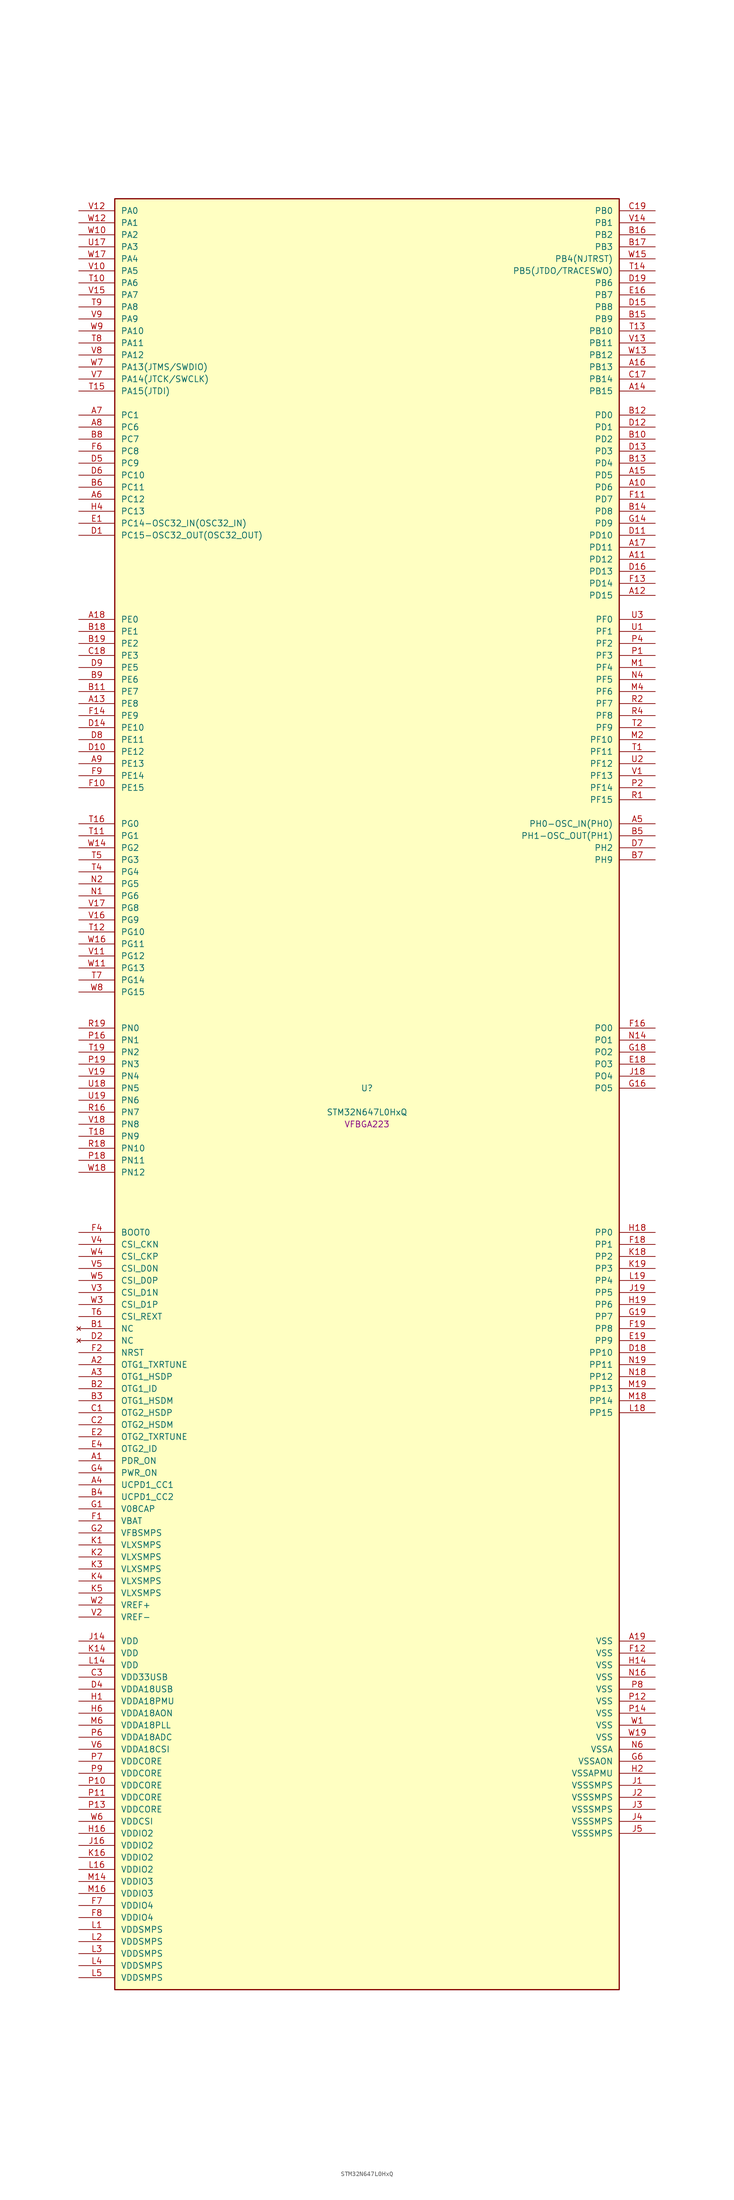
<source format=kicad_sym>
(kicad_symbol_lib
  (version 20241209)
  (generator "stm32_pkl_generator")
  (generator_version "1.0")
  (symbol "STM32N647L0HxQ"
    (pin_names
      (offset 1.27))
    (property "Reference" "U"
      (at 0 2.54 0))
    (property "Value" "STM32N647L0HxQ"
      (at 0 -2.54 0))
    (property "Footprint" "VFBGA223"
      (at 0 -5.08 0))
    (symbol "STM32N647L0HxQ_1_1"
      (rectangle (start -53.34 190.5) (end 53.34 -187.96) (stroke (width 0.254) (type solid)) (fill (type background)))
      (pin bidirectional line (at -60.96 187.96 0) (length 7.62) (name "PA0") (number "V12") (alternate "PA0/ADC1_INN1" bidirectional line) (alternate "PA0/ADC1_INP0" bidirectional line) (alternate "PA0/ADC2_INN1" bidirectional line) (alternate "PA0/ADC2_INP0" bidirectional line) (alternate "PA0/FMC_D7" bidirectional line) (alternate "PA0/FMC_DA7" bidirectional line) (alternate "PA0/HDP_HDP0" bidirectional line) (alternate "PA0/I2S6_WS" bidirectional line) (alternate "PA0/LTDC_G3" bidirectional line) (alternate "PA0/PWR_WKUP1" bidirectional line) (alternate "PA0/SAI2_SD_B" bidirectional line) (alternate "PA0/SDMMC2_CMD" bidirectional line) (alternate "PA0/SPI6_NSS" bidirectional line) (alternate "PA0/TIM15_BKIN" bidirectional line) (alternate "PA0/TIM2_CH1" bidirectional line) (alternate "PA0/TIM5_CH1" bidirectional line) (alternate "PA0/TIM9_CH1" bidirectional line) (alternate "PA0/UART4_TX" bidirectional line) (alternate "PA0/USART2_CTS" bidirectional line) (alternate "PA0/USART2_NSS" bidirectional line))
      (pin bidirectional line (at -60.96 185.42 0) (length 7.62) (name "PA1") (number "W12") (alternate "PA1/ADC1_INP1" bidirectional line) (alternate "PA1/ADC2_INP1" bidirectional line) (alternate "PA1/DCMIPP_D0" bidirectional line) (alternate "PA1/DCMI_D0" bidirectional line) (alternate "PA1/FMC_D6" bidirectional line) (alternate "PA1/FMC_DA6" bidirectional line) (alternate "PA1/HDP_HDP1" bidirectional line) (alternate "PA1/LPTIM3_IN1" bidirectional line) (alternate "PA1/LTDC_G2" bidirectional line) (alternate "PA1/PSSI_D0" bidirectional line) (alternate "PA1/SAI2_MCLK_B" bidirectional line) (alternate "PA1/TIM15_CH1N" bidirectional line) (alternate "PA1/TIM2_CH2" bidirectional line) (alternate "PA1/TIM5_CH2" bidirectional line) (alternate "PA1/UART4_RX" bidirectional line) (alternate "PA1/USART2_RTS" bidirectional line))
      (pin bidirectional line (at -60.96 182.88 0) (length 7.62) (name "PA2") (number "W10") (alternate "PA2/ADC1_INP14" bidirectional line) (alternate "PA2/ADC2_INP14" bidirectional line) (alternate "PA2/FMC_D5" bidirectional line) (alternate "PA2/FMC_DA5" bidirectional line) (alternate "PA2/HDP_HDP2" bidirectional line) (alternate "PA2/LPTIM3_IN2" bidirectional line) (alternate "PA2/LTDC_B7" bidirectional line) (alternate "PA2/MDIOS_MDIO" bidirectional line) (alternate "PA2/PWR_WKUP2" bidirectional line) (alternate "PA2/SAI2_SCK_B" bidirectional line) (alternate "PA2/TIM15_CH1" bidirectional line) (alternate "PA2/TIM2_CH3" bidirectional line) (alternate "PA2/TIM5_CH3" bidirectional line) (alternate "PA2/USART2_TX" bidirectional line))
      (pin bidirectional line (at -60.96 180.34 0) (length 7.62) (name "PA3") (number "U17") (alternate "PA3/FMC_A17" bidirectional line) (alternate "PA3/FMC_ALE" bidirectional line) (alternate "PA3/SAI1_SD_B" bidirectional line) (alternate "PA3/SPI5_NSS" bidirectional line) (alternate "PA3/TIM16_CH1" bidirectional line) (alternate "PA3/UART7_RX" bidirectional line))
      (pin bidirectional line (at -60.96 177.8 0) (length 7.62) (name "PA4") (number "W17") (alternate "PA4/DCMIPP_D3" bidirectional line) (alternate "PA4/DCMI_D3" bidirectional line) (alternate "PA4/FMC_A13" bidirectional line) (alternate "PA4/PSSI_D3" bidirectional line) (alternate "PA4/SPI5_MOSI" bidirectional line) (alternate "PA4/USART6_RX" bidirectional line))
      (pin bidirectional line (at -60.96 175.26 0) (length 7.62) (name "PA5") (number "V10") (alternate "PA5/ADC2_INP18" bidirectional line) (alternate "PA5/DCMIPP_D8" bidirectional line) (alternate "PA5/DCMI_D8" bidirectional line) (alternate "PA5/FMC_NOE" bidirectional line) (alternate "PA5/HDP_HDP5" bidirectional line) (alternate "PA5/I2S1_CK" bidirectional line) (alternate "PA5/I2S6_CK" bidirectional line) (alternate "PA5/I3C1_SCL" bidirectional line) (alternate "PA5/LTDC_CLK" bidirectional line) (alternate "PA5/PSSI_D8" bidirectional line) (alternate "PA5/PWR_CSTOP" bidirectional line) (alternate "PA5/SPI1_SCK" bidirectional line) (alternate "PA5/SPI6_SCK" bidirectional line) (alternate "PA5/TIM10_CH1" bidirectional line) (alternate "PA5/TIM2_CH1" bidirectional line) (alternate "PA5/TIM2_ETR" bidirectional line) (alternate "PA5/TIM9_CH2" bidirectional line))
      (pin bidirectional line (at -60.96 172.72 0) (length 7.62) (name "PA6") (number "T10") (alternate "PA6/ADC1_INP3" bidirectional line) (alternate "PA6/ADC2_INP3" bidirectional line) (alternate "PA6/BOOT1" bidirectional line) (alternate "PA6/DCMIPP_PIXCLK" bidirectional line) (alternate "PA6/DCMI_PIXCLK" bidirectional line) (alternate "PA6/HDP_HDP6" bidirectional line) (alternate "PA6/I2S1_SDI" bidirectional line) (alternate "PA6/I2S6_SDI" bidirectional line) (alternate "PA6/I3C1_SDA" bidirectional line) (alternate "PA6/LPTIM3_ETR" bidirectional line) (alternate "PA6/LTDC_B7" bidirectional line) (alternate "PA6/LTDC_HSYNC" bidirectional line) (alternate "PA6/MDIOS_MDC" bidirectional line) (alternate "PA6/PSSI_PDCK" bidirectional line) (alternate "PA6/SPI1_MISO" bidirectional line) (alternate "PA6/SPI6_MISO" bidirectional line) (alternate "PA6/TIM13_CH1" bidirectional line) (alternate "PA6/TIM1_BKIN" bidirectional line) (alternate "PA6/TIM3_CH1" bidirectional line))
      (pin bidirectional line (at -60.96 170.18 0) (length 7.62) (name "PA7") (number "V15") (alternate "PA7/HDP_HDP7" bidirectional line) (alternate "PA7/I2S1_SDO" bidirectional line) (alternate "PA7/I2S6_SDO" bidirectional line) (alternate "PA7/LTDC_B1" bidirectional line) (alternate "PA7/LTDC_R4" bidirectional line) (alternate "PA7/SPI1_MOSI" bidirectional line) (alternate "PA7/SPI6_MOSI" bidirectional line) (alternate "PA7/TIM14_CH1" bidirectional line) (alternate "PA7/TIM1_CH1N" bidirectional line) (alternate "PA7/TIM3_CH2" bidirectional line) (alternate "PA7/USART1_RX" bidirectional line))
      (pin bidirectional line (at -60.96 167.64 0) (length 7.62) (name "PA8") (number "T9") (alternate "PA8/ADC1_INP5" bidirectional line) (alternate "PA8/ADC2_INP5" bidirectional line) (alternate "PA8/FMC_D4" bidirectional line) (alternate "PA8/FMC_DA4" bidirectional line) (alternate "PA8/HDP_HDP0" bidirectional line) (alternate "PA8/I2C3_SCL" bidirectional line) (alternate "PA8/I3C2_SCL" bidirectional line) (alternate "PA8/LTDC_B6" bidirectional line) (alternate "PA8/RCC_MCO_1" bidirectional line) (alternate "PA8/TIM11_CH1" bidirectional line) (alternate "PA8/TIM1_CH1" bidirectional line) (alternate "PA8/UART7_RX" bidirectional line) (alternate "PA8/USART1_CK" bidirectional line))
      (pin bidirectional line (at -60.96 165.1 0) (length 7.62) (name "PA9") (number "V9") (alternate "PA9/ADC1_INP10" bidirectional line) (alternate "PA9/ADC2_INP10" bidirectional line) (alternate "PA9/DCMIPP_D0" bidirectional line) (alternate "PA9/DCMI_D0" bidirectional line) (alternate "PA9/FMC_D3" bidirectional line) (alternate "PA9/FMC_DA3" bidirectional line) (alternate "PA9/HDP_HDP1" bidirectional line) (alternate "PA9/I2C3_SDA" bidirectional line) (alternate "PA9/I2S2_CK" bidirectional line) (alternate "PA9/I3C2_SDA" bidirectional line) (alternate "PA9/LPUART1_TX" bidirectional line) (alternate "PA9/LTDC_B5" bidirectional line) (alternate "PA9/PSSI_D0" bidirectional line) (alternate "PA9/SPI2_SCK" bidirectional line) (alternate "PA9/TIM1_CH2" bidirectional line) (alternate "PA9/USART1_TX" bidirectional line))
      (pin bidirectional line (at -60.96 162.56 0) (length 7.62) (name "PA10") (number "W9") (alternate "PA10/ADC1_INN10" bidirectional line) (alternate "PA10/ADC1_INP11" bidirectional line) (alternate "PA10/ADC2_INN10" bidirectional line) (alternate "PA10/ADC2_INP11" bidirectional line) (alternate "PA10/DCMIPP_D1" bidirectional line) (alternate "PA10/DCMI_D1" bidirectional line) (alternate "PA10/FMC_D2" bidirectional line) (alternate "PA10/FMC_DA2" bidirectional line) (alternate "PA10/HDP_HDP2" bidirectional line) (alternate "PA10/LPUART1_RX" bidirectional line) (alternate "PA10/LTDC_B4" bidirectional line) (alternate "PA10/MDIOS_MDIO" bidirectional line) (alternate "PA10/PSSI_D1" bidirectional line) (alternate "PA10/PWR_CSLEEP" bidirectional line) (alternate "PA10/TIM1_CH3" bidirectional line) (alternate "PA10/USART1_RX" bidirectional line))
      (pin bidirectional line (at -60.96 160.02 0) (length 7.62) (name "PA11") (number "T8") (alternate "PA11/ADC1_EXTI11" bidirectional line) (alternate "PA11/ADC1_INN11" bidirectional line) (alternate "PA11/ADC1_INP12" bidirectional line) (alternate "PA11/ADC2_EXTI11" bidirectional line) (alternate "PA11/ADC2_INN11" bidirectional line) (alternate "PA11/ADC2_INP12" bidirectional line) (alternate "PA11/FDCAN1_RX" bidirectional line) (alternate "PA11/FMC_D1" bidirectional line) (alternate "PA11/FMC_DA1" bidirectional line) (alternate "PA11/HDP_HDP3" bidirectional line) (alternate "PA11/I2S2_WS" bidirectional line) (alternate "PA11/LPUART1_CTS" bidirectional line) (alternate "PA11/LTDC_B3" bidirectional line) (alternate "PA11/SPI2_NSS" bidirectional line) (alternate "PA11/TIM1_CH4" bidirectional line) (alternate "PA11/UART4_RX" bidirectional line) (alternate "PA11/USART1_CTS" bidirectional line) (alternate "PA11/USART1_NSS" bidirectional line))
      (pin bidirectional line (at -60.96 157.48 0) (length 7.62) (name "PA12") (number "V8") (alternate "PA12/ADC1_INN12" bidirectional line) (alternate "PA12/ADC1_INP13" bidirectional line) (alternate "PA12/ADC2_INN12" bidirectional line) (alternate "PA12/ADC2_INP13" bidirectional line) (alternate "PA12/FDCAN1_TX" bidirectional line) (alternate "PA12/FMC_D0" bidirectional line) (alternate "PA12/FMC_DA0" bidirectional line) (alternate "PA12/HDP_HDP4" bidirectional line) (alternate "PA12/I2S2_CK" bidirectional line) (alternate "PA12/LPUART1_RTS" bidirectional line) (alternate "PA12/LTDC_B2" bidirectional line) (alternate "PA12/SAI2_FS_B" bidirectional line) (alternate "PA12/SPI2_SCK" bidirectional line) (alternate "PA12/TIM1_ETR" bidirectional line) (alternate "PA12/UART4_TX" bidirectional line) (alternate "PA12/USART1_RTS" bidirectional line))
      (pin bidirectional line (at -60.96 154.94 0) (length 7.62) (name "PA13(JTMS/SWDIO)") (number "W7") (alternate "PA13(JTMS/SWDIO)/DEBUG_JTMS-SWDIO" bidirectional line) (alternate "PA13(JTMS/SWDIO)/HDP_HDP5" bidirectional line))
      (pin bidirectional line (at -60.96 152.4 0) (length 7.62) (name "PA14(JTCK/SWCLK)") (number "V7") (alternate "PA14(JTCK/SWCLK)/DEBUG_JTCK-SWCLK" bidirectional line) (alternate "PA14(JTCK/SWCLK)/HDP_HDP6" bidirectional line))
      (pin bidirectional line (at -60.96 149.86 0) (length 7.62) (name "PA15(JTDI)") (number "T15") (alternate "PA15(JTDI)/ADC1_EXTI15" bidirectional line) (alternate "PA15(JTDI)/ADC2_EXTI15" bidirectional line) (alternate "PA15(JTDI)/DEBUG_JTDI" bidirectional line) (alternate "PA15(JTDI)/FMC_D15" bidirectional line) (alternate "PA15(JTDI)/FMC_DA15" bidirectional line) (alternate "PA15(JTDI)/HDP_HDP7" bidirectional line) (alternate "PA15(JTDI)/I2S1_WS" bidirectional line) (alternate "PA15(JTDI)/I2S3_WS" bidirectional line) (alternate "PA15(JTDI)/I2S6_WS" bidirectional line) (alternate "PA15(JTDI)/LTDC_R5" bidirectional line) (alternate "PA15(JTDI)/SPI1_NSS" bidirectional line) (alternate "PA15(JTDI)/SPI3_NSS" bidirectional line) (alternate "PA15(JTDI)/SPI6_NSS" bidirectional line) (alternate "PA15(JTDI)/TIM2_CH1" bidirectional line) (alternate "PA15(JTDI)/TIM2_ETR" bidirectional line) (alternate "PA15(JTDI)/UART4_DE" bidirectional line) (alternate "PA15(JTDI)/UART4_RTS" bidirectional line) (alternate "PA15(JTDI)/UART7_TX" bidirectional line))
      (pin bidirectional line (at 60.96 187.96 180) (length 7.62) (name "PB0") (number "C19") (alternate "PB0/ADF1_SDI0" bidirectional line) (alternate "PB0/DCMIPP_D4" bidirectional line) (alternate "PB0/DCMI_D4" bidirectional line) (alternate "PB0/DEBUG_TRACED1" bidirectional line) (alternate "PB0/FMC_D13" bidirectional line) (alternate "PB0/FMC_DA13" bidirectional line) (alternate "PB0/MDF1_SDI2" bidirectional line) (alternate "PB0/PSSI_D4" bidirectional line) (alternate "PB0/SAI1_D2" bidirectional line) (alternate "PB0/SAI1_FS_A" bidirectional line) (alternate "PB0/SPI4_NSS" bidirectional line) (alternate "PB0/TIM15_CH1N" bidirectional line) (alternate "PB0/TIM1_CH4" bidirectional line))
      (pin bidirectional line (at 60.96 185.42 180) (length 7.62) (name "PB1") (number "V14") (alternate "PB1/FDCAN2_TX" bidirectional line) (alternate "PB1/FMC_NOE" bidirectional line) (alternate "PB1/HDP_HDP1" bidirectional line) (alternate "PB1/LTDC_R1" bidirectional line) (alternate "PB1/TIM1_CH3N" bidirectional line) (alternate "PB1/TIM3_CH4" bidirectional line) (alternate "PB1/TIM9_CH2" bidirectional line) (alternate "PB1/USART2_TX" bidirectional line))
      (pin bidirectional line (at 60.96 182.88 180) (length 7.62) (name "PB2") (number "B16") (alternate "PB2/ADF1_SDI0" bidirectional line) (alternate "PB2/FMC_D2" bidirectional line) (alternate "PB2/FMC_DA2" bidirectional line) (alternate "PB2/HDP_HDP2" bidirectional line) (alternate "PB2/I2S3_SDO" bidirectional line) (alternate "PB2/LTDC_B2" bidirectional line) (alternate "PB2/MDF1_SDI1" bidirectional line) (alternate "PB2/RTC_OUT2" bidirectional line) (alternate "PB2/SAI1_D1" bidirectional line) (alternate "PB2/SAI1_SD_A" bidirectional line) (alternate "PB2/SPI3_MOSI" bidirectional line) (alternate "PB2/TIM1_CH1" bidirectional line))
      (pin bidirectional line (at 60.96 180.34 180) (length 7.62) (name "PB3") (number "B17") (alternate "PB3/DEBUG_JTDO-SWO" bidirectional line) (alternate "PB3/DEBUG_TRACECLK" bidirectional line) (alternate "PB3/FMC_A23" bidirectional line) (alternate "PB3/FMC_NBL1" bidirectional line) (alternate "PB3/GFXTIM_FCKCAL" bidirectional line) (alternate "PB3/GFXTIM_LCKCAL" bidirectional line) (alternate "PB3/HDP_HDP0" bidirectional line) (alternate "PB3/MDF1_CKI1" bidirectional line) (alternate "PB3/SAI2_FS_B" bidirectional line) (alternate "PB3/TIM1_CH4N" bidirectional line) (alternate "PB3/USART1_CK" bidirectional line))
      (pin bidirectional line (at 60.96 177.8 180) (length 7.62) (name "PB4(NJTRST)") (number "W15") (alternate "PB4(NJTRST)/DCMIPP_VSYNC" bidirectional line) (alternate "PB4(NJTRST)/DCMI_VSYNC" bidirectional line) (alternate "PB4(NJTRST)/DEBUG_NJTRST" bidirectional line) (alternate "PB4(NJTRST)/FMC_D13" bidirectional line) (alternate "PB4(NJTRST)/FMC_DA13" bidirectional line) (alternate "PB4(NJTRST)/HDP_HDP4" bidirectional line) (alternate "PB4(NJTRST)/I2S1_SDI" bidirectional line) (alternate "PB4(NJTRST)/I2S2_WS" bidirectional line) (alternate "PB4(NJTRST)/I2S3_SDI" bidirectional line) (alternate "PB4(NJTRST)/I2S6_SDI" bidirectional line) (alternate "PB4(NJTRST)/LTDC_R3" bidirectional line) (alternate "PB4(NJTRST)/PSSI_RDY" bidirectional line) (alternate "PB4(NJTRST)/SDMMC2_D3" bidirectional line) (alternate "PB4(NJTRST)/SPI1_MISO" bidirectional line) (alternate "PB4(NJTRST)/SPI2_NSS" bidirectional line) (alternate "PB4(NJTRST)/SPI3_MISO" bidirectional line) (alternate "PB4(NJTRST)/SPI6_MISO" bidirectional line) (alternate "PB4(NJTRST)/TIM16_BKIN" bidirectional line) (alternate "PB4(NJTRST)/TIM3_CH1" bidirectional line) (alternate "PB4(NJTRST)/UART7_TX" bidirectional line))
      (pin bidirectional line (at 60.96 175.26 180) (length 7.62) (name "PB5(JTDO/TRACESWO)") (number "T14") (alternate "PB5(JTDO/TRACESWO)/DCMIPP_D10" bidirectional line) (alternate "PB5(JTDO/TRACESWO)/DCMI_D10" bidirectional line) (alternate "PB5(JTDO/TRACESWO)/DEBUG_JTDO-SWO" bidirectional line) (alternate "PB5(JTDO/TRACESWO)/FDCAN2_RX" bidirectional line) (alternate "PB5(JTDO/TRACESWO)/FMC_D12" bidirectional line) (alternate "PB5(JTDO/TRACESWO)/FMC_DA12" bidirectional line) (alternate "PB5(JTDO/TRACESWO)/HDP_HDP5" bidirectional line) (alternate "PB5(JTDO/TRACESWO)/I2C1_SMBA" bidirectional line) (alternate "PB5(JTDO/TRACESWO)/I2S1_SDO" bidirectional line) (alternate "PB5(JTDO/TRACESWO)/I2S3_SDO" bidirectional line) (alternate "PB5(JTDO/TRACESWO)/I2S6_SDO" bidirectional line) (alternate "PB5(JTDO/TRACESWO)/LTDC_R2" bidirectional line) (alternate "PB5(JTDO/TRACESWO)/PSSI_D10" bidirectional line) (alternate "PB5(JTDO/TRACESWO)/SPI1_MOSI" bidirectional line) (alternate "PB5(JTDO/TRACESWO)/SPI3_MOSI" bidirectional line) (alternate "PB5(JTDO/TRACESWO)/SPI6_MOSI" bidirectional line) (alternate "PB5(JTDO/TRACESWO)/TIM17_BKIN" bidirectional line) (alternate "PB5(JTDO/TRACESWO)/TIM3_CH2" bidirectional line) (alternate "PB5(JTDO/TRACESWO)/UART5_RX" bidirectional line))
      (pin bidirectional line (at 60.96 172.72 180) (length 7.62) (name "PB6") (number "D19") (alternate "PB6/ADF1_CCK1" bidirectional line) (alternate "PB6/DCMIPP_D6" bidirectional line) (alternate "PB6/DCMI_D6" bidirectional line) (alternate "PB6/DEBUG_TRACED2" bidirectional line) (alternate "PB6/FMC_D14" bidirectional line) (alternate "PB6/FMC_DA14" bidirectional line) (alternate "PB6/MDF1_CCK1" bidirectional line) (alternate "PB6/PSSI_D6" bidirectional line) (alternate "PB6/SAI1_CK2" bidirectional line) (alternate "PB6/SAI1_SCK_A" bidirectional line) (alternate "PB6/SPI4_MISO" bidirectional line) (alternate "PB6/TIM15_CH1" bidirectional line))
      (pin bidirectional line (at 60.96 170.18 180) (length 7.62) (name "PB7") (number "E16") (alternate "PB7/ADF1_SDI0" bidirectional line) (alternate "PB7/DCMIPP_D7" bidirectional line) (alternate "PB7/DCMI_D7" bidirectional line) (alternate "PB7/DEBUG_TRACED3" bidirectional line) (alternate "PB7/FMC_D15" bidirectional line) (alternate "PB7/FMC_DA15" bidirectional line) (alternate "PB7/MDF1_SDI1" bidirectional line) (alternate "PB7/PSSI_D7" bidirectional line) (alternate "PB7/SAI1_D1" bidirectional line) (alternate "PB7/SAI1_SD_A" bidirectional line) (alternate "PB7/SAI2_MCLK_B" bidirectional line) (alternate "PB7/SPI4_MOSI" bidirectional line) (alternate "PB7/TIM15_CH2" bidirectional line) (alternate "PB7/TIM1_BKIN2" bidirectional line))
      (pin bidirectional line (at 60.96 167.64 180) (length 7.62) (name "PB8") (number "D15") (alternate "PB8/DCMIPP_VSYNC" bidirectional line) (alternate "PB8/DCMI_VSYNC" bidirectional line) (alternate "PB8/FMC_D1" bidirectional line) (alternate "PB8/FMC_DA1" bidirectional line) (alternate "PB8/I2S1_SDI" bidirectional line) (alternate "PB8/PSSI_RDY" bidirectional line) (alternate "PB8/SAI2_FS_B" bidirectional line) (alternate "PB8/SDMMC2_D0" bidirectional line) (alternate "PB8/SPDIFRX1_IN3" bidirectional line) (alternate "PB8/SPI1_MISO" bidirectional line) (alternate "PB8/USART6_RX" bidirectional line))
      (pin bidirectional line (at 60.96 165.1 180) (length 7.62) (name "PB9") (number "B15") (alternate "PB9/DCMIPP_D3" bidirectional line) (alternate "PB9/DCMI_D3" bidirectional line) (alternate "PB9/FMC_D3" bidirectional line) (alternate "PB9/FMC_DA3" bidirectional line) (alternate "PB9/I2S1_CK" bidirectional line) (alternate "PB9/LPTIM1_IN2" bidirectional line) (alternate "PB9/PSSI_D3" bidirectional line) (alternate "PB9/SDMMC2_D2" bidirectional line) (alternate "PB9/SPDIFRX1_IN0" bidirectional line) (alternate "PB9/SPI1_SCK" bidirectional line) (alternate "PB9/USART10_TX" bidirectional line))
      (pin bidirectional line (at 60.96 162.56 180) (length 7.62) (name "PB10") (number "T13") (alternate "PB10/ADC1_INN4" bidirectional line) (alternate "PB10/ADC1_INP8" bidirectional line) (alternate "PB10/ADC2_INN4" bidirectional line) (alternate "PB10/ADC2_INP8" bidirectional line) (alternate "PB10/FMC_D11" bidirectional line) (alternate "PB10/FMC_DA11" bidirectional line) (alternate "PB10/HDP_HDP2" bidirectional line) (alternate "PB10/I2C2_SCL" bidirectional line) (alternate "PB10/I2S2_CK" bidirectional line) (alternate "PB10/I3C2_SCL" bidirectional line) (alternate "PB10/LPTIM2_IN1" bidirectional line) (alternate "PB10/LTDC_G7" bidirectional line) (alternate "PB10/SPI2_SCK" bidirectional line) (alternate "PB10/TIM2_CH3" bidirectional line) (alternate "PB10/USART3_TX" bidirectional line))
      (pin bidirectional line (at 60.96 160.02 180) (length 7.62) (name "PB11") (number "V13") (alternate "PB11/ADC1_EXTI11" bidirectional line) (alternate "PB11/ADC1_INP4" bidirectional line) (alternate "PB11/ADC2_EXTI11" bidirectional line) (alternate "PB11/ADC2_INP4" bidirectional line) (alternate "PB11/FMC_D10" bidirectional line) (alternate "PB11/FMC_DA10" bidirectional line) (alternate "PB11/HDP_HDP3" bidirectional line) (alternate "PB11/I2C2_SDA" bidirectional line) (alternate "PB11/I3C2_SDA" bidirectional line) (alternate "PB11/LPTIM2_ETR" bidirectional line) (alternate "PB11/LTDC_G6" bidirectional line) (alternate "PB11/TIM2_CH4" bidirectional line) (alternate "PB11/USART3_RX" bidirectional line))
      (pin bidirectional line (at 60.96 157.48 180) (length 7.62) (name "PB12") (number "W13") (alternate "PB12/FDCAN2_RX" bidirectional line) (alternate "PB12/FMC_D9" bidirectional line) (alternate "PB12/FMC_DA9" bidirectional line) (alternate "PB12/HDP_HDP4" bidirectional line) (alternate "PB12/I2C2_SMBA" bidirectional line) (alternate "PB12/I2S2_WS" bidirectional line) (alternate "PB12/LPTIM2_IN2" bidirectional line) (alternate "PB12/LTDC_G5" bidirectional line) (alternate "PB12/SPI2_NSS" bidirectional line) (alternate "PB12/TIM1_BKIN" bidirectional line) (alternate "PB12/UART5_RX" bidirectional line) (alternate "PB12/USART3_CK" bidirectional line))
      (pin bidirectional line (at 60.96 154.94 180) (length 7.62) (name "PB13") (number "A16") (alternate "PB13/DEBUG_TRACED0" bidirectional line) (alternate "PB13/FMC_D5" bidirectional line) (alternate "PB13/FMC_DA5" bidirectional line) (alternate "PB13/I2S6_CK" bidirectional line) (alternate "PB13/LPTIM1_CH1" bidirectional line) (alternate "PB13/LTDC_CLK" bidirectional line) (alternate "PB13/SDMMC2_D6" bidirectional line) (alternate "PB13/SPI6_SCK" bidirectional line) (alternate "PB13/USART10_CTS" bidirectional line) (alternate "PB13/USART10_NSS" bidirectional line) (alternate "PB13/USART6_CTS" bidirectional line) (alternate "PB13/USART6_NSS" bidirectional line))
      (pin bidirectional line (at 60.96 152.4 180) (length 7.62) (name "PB14") (number "C17") (alternate "PB14/DCMIPP_D10" bidirectional line) (alternate "PB14/DCMI_D10" bidirectional line) (alternate "PB14/FMC_D7" bidirectional line) (alternate "PB14/FMC_DA7" bidirectional line) (alternate "PB14/LPTIM1_CH2" bidirectional line) (alternate "PB14/LTDC_HSYNC" bidirectional line) (alternate "PB14/PSSI_D10" bidirectional line) (alternate "PB14/USART10_CK" bidirectional line) (alternate "PB14/USART6_CTS" bidirectional line) (alternate "PB14/USART6_NSS" bidirectional line))
      (pin bidirectional line (at 60.96 149.86 180) (length 7.62) (name "PB15") (number "A14") (alternate "PB15/ADC1_EXTI15" bidirectional line) (alternate "PB15/ADC2_EXTI15" bidirectional line) (alternate "PB15/FMC_D0" bidirectional line) (alternate "PB15/FMC_DA0" bidirectional line) (alternate "PB15/I2S6_WS" bidirectional line) (alternate "PB15/LTDC_G4" bidirectional line) (alternate "PB15/SPDIFRX1_IN2" bidirectional line) (alternate "PB15/SPI6_NSS" bidirectional line) (alternate "PB15/USART6_RTS" bidirectional line))
      (pin bidirectional line (at -60.96 144.78 0) (length 7.62) (name "PC1") (number "A7") (alternate "PC1/DCMIPP_D7" bidirectional line) (alternate "PC1/DCMI_D7" bidirectional line) (alternate "PC1/FDCAN1_TX" bidirectional line) (alternate "PC1/HDP_HDP1" bidirectional line) (alternate "PC1/I2C1_SDA" bidirectional line) (alternate "PC1/I2S2_WS" bidirectional line) (alternate "PC1/I3C1_SDA" bidirectional line) (alternate "PC1/PSSI_D7" bidirectional line) (alternate "PC1/SDMMC1_CDIR" bidirectional line) (alternate "PC1/SDMMC1_D5" bidirectional line) (alternate "PC1/SDMMC2_D5" bidirectional line) (alternate "PC1/SPI2_NSS" bidirectional line) (alternate "PC1/TIM17_CH1" bidirectional line) (alternate "PC1/TIM4_CH4" bidirectional line) (alternate "PC1/UART4_TX" bidirectional line))
      (pin bidirectional line (at -60.96 142.24 0) (length 7.62) (name "PC6") (number "A8") (alternate "PC6/DCMIPP_D1" bidirectional line) (alternate "PC6/DCMI_D1" bidirectional line) (alternate "PC6/HDP_HDP6" bidirectional line) (alternate "PC6/I2S2_MCK" bidirectional line) (alternate "PC6/PSSI_D1" bidirectional line) (alternate "PC6/SDMMC1_D0DIR" bidirectional line) (alternate "PC6/SDMMC1_D6" bidirectional line) (alternate "PC6/SDMMC2_D6" bidirectional line) (alternate "PC6/TIM1_CH1" bidirectional line) (alternate "PC6/TIM3_CH1" bidirectional line) (alternate "PC6/TIM9_CH1" bidirectional line) (alternate "PC6/USART6_TX" bidirectional line))
      (pin bidirectional line (at -60.96 139.7 0) (length 7.62) (name "PC7") (number "B8") (alternate "PC7/DCMIPP_D1" bidirectional line) (alternate "PC7/DCMI_D1" bidirectional line) (alternate "PC7/DEBUG_TRGIO" bidirectional line) (alternate "PC7/HDP_HDP7" bidirectional line) (alternate "PC7/I2S3_MCK" bidirectional line) (alternate "PC7/PSSI_D1" bidirectional line) (alternate "PC7/SDMMC1_D123DIR" bidirectional line) (alternate "PC7/SDMMC1_D7" bidirectional line) (alternate "PC7/SDMMC2_D7" bidirectional line) (alternate "PC7/TIM16_CH1N" bidirectional line) (alternate "PC7/TIM3_CH2" bidirectional line) (alternate "PC7/TIM9_CH2" bidirectional line) (alternate "PC7/USART6_RX" bidirectional line))
      (pin bidirectional line (at -60.96 137.16 0) (length 7.62) (name "PC8") (number "F6") (alternate "PC8/DCMIPP_D2" bidirectional line) (alternate "PC8/DCMI_D2" bidirectional line) (alternate "PC8/DEBUG_TRACED1" bidirectional line) (alternate "PC8/FMC_NE4" bidirectional line) (alternate "PC8/HDP_HDP0" bidirectional line) (alternate "PC8/I2C3_SMBA" bidirectional line) (alternate "PC8/LTDC_B0" bidirectional line) (alternate "PC8/PSSI_D2" bidirectional line) (alternate "PC8/SDMMC1_D0" bidirectional line) (alternate "PC8/TIM3_CH3" bidirectional line) (alternate "PC8/UART5_DE" bidirectional line) (alternate "PC8/UART5_RTS" bidirectional line) (alternate "PC8/UCPD1_FRSTX1" bidirectional line) (alternate "PC8/USART6_CK" bidirectional line))
      (pin bidirectional line (at -60.96 134.62 0) (length 7.62) (name "PC9") (number "D5") (alternate "PC9/AUDIOCLK" bidirectional line) (alternate "PC9/DCMIPP_D3" bidirectional line) (alternate "PC9/DCMI_D3" bidirectional line) (alternate "PC9/HDP_HDP1" bidirectional line) (alternate "PC9/I2C3_SDA" bidirectional line) (alternate "PC9/LTDC_B3" bidirectional line) (alternate "PC9/PSSI_D3" bidirectional line) (alternate "PC9/RCC_MCO_2" bidirectional line) (alternate "PC9/SDMMC1_D1" bidirectional line) (alternate "PC9/TIM3_CH4" bidirectional line) (alternate "PC9/UART5_CTS" bidirectional line) (alternate "PC9/UCPD1_FRSTX2" bidirectional line) (alternate "PC9/USART6_RX" bidirectional line))
      (pin bidirectional line (at -60.96 132.08 0) (length 7.62) (name "PC10") (number "D6") (alternate "PC10/DCMIPP_D14" bidirectional line) (alternate "PC10/FMC_CLK" bidirectional line) (alternate "PC10/HDP_HDP2" bidirectional line) (alternate "PC10/I2C4_SCL" bidirectional line) (alternate "PC10/I2S3_CK" bidirectional line) (alternate "PC10/I3C2_SCL" bidirectional line) (alternate "PC10/PSSI_D14" bidirectional line) (alternate "PC10/SDMMC1_D2" bidirectional line) (alternate "PC10/SPI3_SCK" bidirectional line) (alternate "PC10/TIM1_BKIN" bidirectional line) (alternate "PC10/UART4_TX" bidirectional line) (alternate "PC10/USART3_TX" bidirectional line))
      (pin bidirectional line (at -60.96 129.54 0) (length 7.62) (name "PC11") (number "B6") (alternate "PC11/ADC1_EXTI11" bidirectional line) (alternate "PC11/ADC2_EXTI11" bidirectional line) (alternate "PC11/DCMIPP_D4" bidirectional line) (alternate "PC11/DCMI_D4" bidirectional line) (alternate "PC11/HDP_HDP3" bidirectional line) (alternate "PC11/I2C4_SDA" bidirectional line) (alternate "PC11/I2S3_SDI" bidirectional line) (alternate "PC11/I3C2_SDA" bidirectional line) (alternate "PC11/PSSI_D4" bidirectional line) (alternate "PC11/SDMMC1_D3" bidirectional line) (alternate "PC11/SPI3_MISO" bidirectional line) (alternate "PC11/UART4_RX" bidirectional line) (alternate "PC11/USART3_RX" bidirectional line))
      (pin bidirectional line (at -60.96 127 0) (length 7.62) (name "PC12") (number "A6") (alternate "PC12/DCMIPP_D9" bidirectional line) (alternate "PC12/DCMI_D9" bidirectional line) (alternate "PC12/DEBUG_TRACED3" bidirectional line) (alternate "PC12/FMC_NL" bidirectional line) (alternate "PC12/HDP_HDP4" bidirectional line) (alternate "PC12/I2S3_SDO" bidirectional line) (alternate "PC12/I2S6_CK" bidirectional line) (alternate "PC12/PSSI_D9" bidirectional line) (alternate "PC12/SDMMC1_CK" bidirectional line) (alternate "PC12/SPI3_MOSI" bidirectional line) (alternate "PC12/SPI6_SCK" bidirectional line) (alternate "PC12/TIM15_CH1" bidirectional line) (alternate "PC12/TIM1_CH4" bidirectional line) (alternate "PC12/UART5_TX" bidirectional line) (alternate "PC12/USART3_CK" bidirectional line))
      (pin bidirectional line (at -60.96 124.46 0) (length 7.62) (name "PC13") (number "H4") (alternate "PC13/HDP_HDP5" bidirectional line) (alternate "PC13/PWR_WKUP3" bidirectional line) (alternate "PC13/RTC_OUT1" bidirectional line) (alternate "PC13/RTC_TS" bidirectional line) (alternate "PC13/TAMP_IN1" bidirectional line) (alternate "PC13/TAMP_OUT2" bidirectional line))
      (pin bidirectional line (at -60.96 121.92 0) (length 7.62) (name "PC14-OSC32_IN(OSC32_IN)") (number "E1") (alternate "PC14-OSC32_IN(OSC32_IN)/RCC_OSC32_IN" bidirectional line))
      (pin bidirectional line (at -60.96 119.38 0) (length 7.62) (name "PC15-OSC32_OUT(OSC32_OUT)") (number "D1") (alternate "PC15-OSC32_OUT(OSC32_OUT)/ADC1_EXTI15" bidirectional line) (alternate "PC15-OSC32_OUT(OSC32_OUT)/ADC2_EXTI15" bidirectional line) (alternate "PC15-OSC32_OUT(OSC32_OUT)/RCC_OSC32_OUT" bidirectional line))
      (pin bidirectional line (at 60.96 144.78 180) (length 7.62) (name "PD0") (number "B12") (alternate "PD0/DCMIPP_HSYNC" bidirectional line) (alternate "PD0/DCMI_HSYNC" bidirectional line) (alternate "PD0/FDCAN1_RX" bidirectional line) (alternate "PD0/FMC_A6" bidirectional line) (alternate "PD0/FMC_A22" bidirectional line) (alternate "PD0/PSSI_DE" bidirectional line) (alternate "PD0/TIM1_ETR" bidirectional line) (alternate "PD0/UART4_RX" bidirectional line) (alternate "PD0/UART9_CTS" bidirectional line))
      (pin bidirectional line (at 60.96 142.24 180) (length 7.62) (name "PD1") (number "D12") (alternate "PD1/ETH1_MDC" bidirectional line) (alternate "PD1/FDCAN1_TX" bidirectional line) (alternate "PD1/FMC_A7" bidirectional line) (alternate "PD1/FMC_A23" bidirectional line) (alternate "PD1/UART4_TX" bidirectional line))
      (pin bidirectional line (at 60.96 139.7 180) (length 7.62) (name "PD2") (number "B10") (alternate "PD2/ADF1_SDI0" bidirectional line) (alternate "PD2/DEBUG_TRACED0" bidirectional line) (alternate "PD2/FMC_A0" bidirectional line) (alternate "PD2/FMC_A16" bidirectional line) (alternate "PD2/FMC_CLE" bidirectional line) (alternate "PD2/HDP_HDP1" bidirectional line) (alternate "PD2/I2S2_SDO" bidirectional line) (alternate "PD2/MDF1_SDI1" bidirectional line) (alternate "PD2/MDIOS_MDC" bidirectional line) (alternate "PD2/PWR_WKUP4" bidirectional line) (alternate "PD2/SAI1_D1" bidirectional line) (alternate "PD2/SAI1_SD_A" bidirectional line) (alternate "PD2/SDMMC2_CK" bidirectional line) (alternate "PD2/SPI2_MOSI" bidirectional line) (alternate "PD2/TIM15_CH1N" bidirectional line) (alternate "PD2/TIM1_CH3" bidirectional line))
      (pin bidirectional line (at 60.96 137.16 180) (length 7.62) (name "PD3") (number "D13") (alternate "PD3/DCMIPP_D14" bidirectional line) (alternate "PD3/ETH1_PHY_INTN" bidirectional line) (alternate "PD3/FMC_A10" bidirectional line) (alternate "PD3/I2C2_SMBA" bidirectional line) (alternate "PD3/PSSI_D14" bidirectional line) (alternate "PD3/USART10_RX" bidirectional line) (alternate "PD3/USART6_CTS" bidirectional line))
      (pin bidirectional line (at 60.96 134.62 180) (length 7.62) (name "PD4") (number "B13") (alternate "PD4/DCMIPP_D9" bidirectional line) (alternate "PD4/DCMI_D9" bidirectional line) (alternate "PD4/FMC_A11" bidirectional line) (alternate "PD4/I2C2_SDA" bidirectional line) (alternate "PD4/PSSI_D9" bidirectional line) (alternate "PD4/SPI5_MISO" bidirectional line) (alternate "PD4/TAMP_IN7" bidirectional line) (alternate "PD4/TAMP_OUT8" bidirectional line) (alternate "PD4/TIM1_BKIN2" bidirectional line) (alternate "PD4/USART6_RTS" bidirectional line))
      (pin bidirectional line (at 60.96 132.08 180) (length 7.62) (name "PD5") (number "A15") (alternate "PD5/DCMIPP_PIXCLK" bidirectional line) (alternate "PD5/DCMI_PIXCLK" bidirectional line) (alternate "PD5/FMC_D6" bidirectional line) (alternate "PD5/FMC_DA6" bidirectional line) (alternate "PD5/PSSI_PDCK" bidirectional line) (alternate "PD5/SDMMC2_D7" bidirectional line) (alternate "PD5/TIM1_CH4N" bidirectional line) (alternate "PD5/USART2_TX" bidirectional line))
      (pin bidirectional line (at 60.96 129.54 180) (length 7.62) (name "PD6") (number "A10") (alternate "PD6/FMC_A1" bidirectional line) (alternate "PD6/FMC_A17" bidirectional line) (alternate "PD6/FMC_ALE" bidirectional line) (alternate "PD6/HDP_HDP2" bidirectional line) (alternate "PD6/I2S2_SDI" bidirectional line) (alternate "PD6/SPI2_MISO" bidirectional line) (alternate "PD6/TIM15_CH2" bidirectional line) (alternate "PD6/TIM1_CH1" bidirectional line))
      (pin bidirectional line (at 60.96 127 180) (length 7.62) (name "PD7") (number "F11") (alternate "PD7/DCMIPP_D0" bidirectional line) (alternate "PD7/DCMI_D0" bidirectional line) (alternate "PD7/FMC_A2" bidirectional line) (alternate "PD7/FMC_A18" bidirectional line) (alternate "PD7/HDP_HDP3" bidirectional line) (alternate "PD7/I2S2_SDO" bidirectional line) (alternate "PD7/I2S3_WS" bidirectional line) (alternate "PD7/PSSI_D0" bidirectional line) (alternate "PD7/SPI2_MOSI" bidirectional line) (alternate "PD7/SPI3_NSS" bidirectional line) (alternate "PD7/TIM15_CH1N" bidirectional line) (alternate "PD7/TIM1_CH2" bidirectional line))
      (pin bidirectional line (at 60.96 124.46 180) (length 7.62) (name "PD8") (number "B14") (alternate "PD8/DCMIPP_D11" bidirectional line) (alternate "PD8/DCMI_D11" bidirectional line) (alternate "PD8/FMC_NBL0" bidirectional line) (alternate "PD8/LTDC_R7" bidirectional line) (alternate "PD8/PSSI_D11" bidirectional line) (alternate "PD8/SPDIFRX1_IN1" bidirectional line) (alternate "PD8/TAMP_IN3" bidirectional line) (alternate "PD8/TAMP_OUT4" bidirectional line) (alternate "PD8/USART3_TX" bidirectional line))
      (pin bidirectional line (at 60.96 121.92 180) (length 7.62) (name "PD9") (number "G14") (alternate "PD9/DCMIPP_D11" bidirectional line) (alternate "PD9/DCMI_D11" bidirectional line) (alternate "PD9/FMC_SDCLK" bidirectional line) (alternate "PD9/LTDC_R1" bidirectional line) (alternate "PD9/PSSI_D11" bidirectional line) (alternate "PD9/TAMP_IN5" bidirectional line) (alternate "PD9/TAMP_OUT6" bidirectional line) (alternate "PD9/USART3_RX" bidirectional line))
      (pin bidirectional line (at 60.96 119.38 180) (length 7.62) (name "PD10") (number "D11") (alternate "PD10/DEBUG_TRACECLK" bidirectional line) (alternate "PD10/FMC_A3" bidirectional line) (alternate "PD10/FMC_A19" bidirectional line) (alternate "PD10/GFXTIM_TE" bidirectional line) (alternate "PD10/HDP_HDP4" bidirectional line) (alternate "PD10/I2S1_MCK" bidirectional line) (alternate "PD10/MDF1_CKI3" bidirectional line) (alternate "PD10/SAI2_FS_B" bidirectional line) (alternate "PD10/SPDIFRX1_IN2" bidirectional line) (alternate "PD10/TIM1_ETR" bidirectional line) (alternate "PD10/UCPD1_FRSTX1" bidirectional line))
      (pin bidirectional line (at 60.96 116.84 180) (length 7.62) (name "PD11") (number "A17") (alternate "PD11/ADC1_EXTI11" bidirectional line) (alternate "PD11/ADC2_EXTI11" bidirectional line) (alternate "PD11/DCMIPP_D15" bidirectional line) (alternate "PD11/FMC_D8" bidirectional line) (alternate "PD11/FMC_DA8" bidirectional line) (alternate "PD11/I2C4_SDA" bidirectional line) (alternate "PD11/I2S2_SDI" bidirectional line) (alternate "PD11/PSSI_D15" bidirectional line) (alternate "PD11/SDMMC1_D0" bidirectional line) (alternate "PD11/SPI2_MISO" bidirectional line) (alternate "PD11/UCPD1_FRSTX1" bidirectional line))
      (pin bidirectional line (at 60.96 114.3 180) (length 7.62) (name "PD12") (number "A11") (alternate "PD12/DCMIPP_D12" bidirectional line) (alternate "PD12/DCMI_D12" bidirectional line) (alternate "PD12/ETH1_MDIO" bidirectional line) (alternate "PD12/FMC_A5" bidirectional line) (alternate "PD12/FMC_A21" bidirectional line) (alternate "PD12/HDP_HDP5" bidirectional line) (alternate "PD12/MDF1_SDI3" bidirectional line) (alternate "PD12/PSSI_D12" bidirectional line) (alternate "PD12/SAI1_D3" bidirectional line) (alternate "PD12/SPDIFRX1_IN3" bidirectional line) (alternate "PD12/UCPD1_FRSTX2" bidirectional line))
      (pin bidirectional line (at 60.96 111.76 180) (length 7.62) (name "PD13") (number "D16") (alternate "PD13/DCMIPP_D13" bidirectional line) (alternate "PD13/DCMI_D13" bidirectional line) (alternate "PD13/FMC_D4" bidirectional line) (alternate "PD13/FMC_DA4" bidirectional line) (alternate "PD13/LPTIM1_CH1" bidirectional line) (alternate "PD13/LTDC_R6" bidirectional line) (alternate "PD13/PSSI_D13" bidirectional line) (alternate "PD13/SAI2_SCK_A" bidirectional line) (alternate "PD13/TIM4_CH2" bidirectional line) (alternate "PD13/UART9_RTS" bidirectional line) (alternate "PD13/UCPD1_FRSTX2" bidirectional line))
      (pin bidirectional line (at 60.96 109.22 180) (length 7.62) (name "PD14") (number "F13") (alternate "PD14/FMC_A9" bidirectional line) (alternate "PD14/I2C2_SCL" bidirectional line) (alternate "PD14/USART10_RX" bidirectional line))
      (pin bidirectional line (at 60.96 106.68 180) (length 7.62) (name "PD15") (number "A12") (alternate "PD15/ADC1_EXTI15" bidirectional line) (alternate "PD15/ADC2_EXTI15" bidirectional line) (alternate "PD15/FMC_A8" bidirectional line) (alternate "PD15/I2C2_SDA" bidirectional line) (alternate "PD15/LTDC_R2" bidirectional line) (alternate "PD15/USART10_TX" bidirectional line))
      (pin bidirectional line (at -60.96 101.6 0) (length 7.62) (name "PE0") (number "A18") (alternate "PE0/DCMIPP_D2" bidirectional line) (alternate "PE0/DCMI_D2" bidirectional line) (alternate "PE0/FMC_D9" bidirectional line) (alternate "PE0/FMC_DA9" bidirectional line) (alternate "PE0/LPTIM1_ETR" bidirectional line) (alternate "PE0/LPTIM2_ETR" bidirectional line) (alternate "PE0/PSSI_D2" bidirectional line) (alternate "PE0/SAI2_MCLK_A" bidirectional line) (alternate "PE0/TAMP_IN6" bidirectional line) (alternate "PE0/TAMP_OUT5" bidirectional line) (alternate "PE0/TIM4_ETR" bidirectional line) (alternate "PE0/UART8_RX" bidirectional line) (alternate "PE0/USART3_RX" bidirectional line))
      (pin bidirectional line (at -60.96 99.06 0) (length 7.62) (name "PE1") (number "B18") (alternate "PE1/DCMIPP_D8" bidirectional line) (alternate "PE1/DCMI_D8" bidirectional line) (alternate "PE1/FMC_D10" bidirectional line) (alternate "PE1/FMC_DA10" bidirectional line) (alternate "PE1/LPTIM1_IN2" bidirectional line) (alternate "PE1/LPTIM2_CH2" bidirectional line) (alternate "PE1/PSSI_D8" bidirectional line) (alternate "PE1/UART8_TX" bidirectional line) (alternate "PE1/USART3_TX" bidirectional line))
      (pin bidirectional line (at -60.96 96.52 0) (length 7.62) (name "PE2") (number "B19") (alternate "PE2/ADF1_CCK0" bidirectional line) (alternate "PE2/DEBUG_TRACECLK" bidirectional line) (alternate "PE2/FMC_D11" bidirectional line) (alternate "PE2/FMC_DA11" bidirectional line) (alternate "PE2/LPTIM5_IN1" bidirectional line) (alternate "PE2/MDF1_CCK0" bidirectional line) (alternate "PE2/SAI1_CK1" bidirectional line) (alternate "PE2/SAI1_MCLK_A" bidirectional line) (alternate "PE2/SPI4_SCK" bidirectional line) (alternate "PE2/TIM1_CH2N" bidirectional line) (alternate "PE2/UCPD1_FRSTX1" bidirectional line))
      (pin bidirectional line (at -60.96 93.98 0) (length 7.62) (name "PE3") (number "C18") (alternate "PE3/DEBUG_TRACED0" bidirectional line) (alternate "PE3/FMC_D12" bidirectional line) (alternate "PE3/FMC_DA12" bidirectional line) (alternate "PE3/LPTIM5_ETR" bidirectional line) (alternate "PE3/MDF1_CKI2" bidirectional line) (alternate "PE3/SAI1_SD_B" bidirectional line) (alternate "PE3/TIM15_BKIN" bidirectional line))
      (pin bidirectional line (at -60.96 91.44 0) (length 7.62) (name "PE5") (number "D9") (alternate "PE5/DCMIPP_D5" bidirectional line) (alternate "PE5/DCMI_D5" bidirectional line) (alternate "PE5/FDCAN2_TX" bidirectional line) (alternate "PE5/FMC_SDNE1" bidirectional line) (alternate "PE5/HDP_HDP6" bidirectional line) (alternate "PE5/I2C1_SCL" bidirectional line) (alternate "PE5/I3C1_SCL" bidirectional line) (alternate "PE5/LPUART1_TX" bidirectional line) (alternate "PE5/PSSI_D5" bidirectional line) (alternate "PE5/TIM16_CH1N" bidirectional line) (alternate "PE5/TIM4_CH1" bidirectional line) (alternate "PE5/UART5_TX" bidirectional line) (alternate "PE5/USART1_TX" bidirectional line))
      (pin bidirectional line (at -60.96 88.9 0) (length 7.62) (name "PE6") (number "B9") (alternate "PE6/DCMIPP_D1" bidirectional line) (alternate "PE6/DCMIPP_VSYNC" bidirectional line) (alternate "PE6/DCMI_D1" bidirectional line) (alternate "PE6/DCMI_VSYNC" bidirectional line) (alternate "PE6/FMC_SDCKE1" bidirectional line) (alternate "PE6/HDP_HDP7" bidirectional line) (alternate "PE6/I2C1_SDA" bidirectional line) (alternate "PE6/I3C1_SDA" bidirectional line) (alternate "PE6/LPUART1_RX" bidirectional line) (alternate "PE6/PSSI_D1" bidirectional line) (alternate "PE6/PSSI_RDY" bidirectional line) (alternate "PE6/TIM17_CH1N" bidirectional line) (alternate "PE6/TIM4_CH2" bidirectional line) (alternate "PE6/UART5_TX" bidirectional line) (alternate "PE6/USART1_RX" bidirectional line))
      (pin bidirectional line (at -60.96 86.36 0) (length 7.62) (name "PE7") (number "B11") (alternate "PE7/FMC_A4" bidirectional line) (alternate "PE7/FMC_A20" bidirectional line) (alternate "PE7/MDF1_CKI0" bidirectional line) (alternate "PE7/SAI2_SD_B" bidirectional line) (alternate "PE7/TIM1_ETR" bidirectional line) (alternate "PE7/UART7_RX" bidirectional line))
      (pin bidirectional line (at -60.96 83.82 0) (length 7.62) (name "PE8") (number "A13") (alternate "PE8/DCMIPP_D4" bidirectional line) (alternate "PE8/DCMI_D4" bidirectional line) (alternate "PE8/FMC_A12" bidirectional line) (alternate "PE8/MDF1_SDI0" bidirectional line) (alternate "PE8/PSSI_D4" bidirectional line) (alternate "PE8/TIM1_CH1N" bidirectional line) (alternate "PE8/UART7_TX" bidirectional line) (alternate "PE8/USART3_TX" bidirectional line))
      (pin bidirectional line (at -60.96 81.28 0) (length 7.62) (name "PE9") (number "F14") (alternate "PE9/FMC_A14" bidirectional line) (alternate "PE9/FMC_BA0" bidirectional line) (alternate "PE9/MDF1_CKI4" bidirectional line) (alternate "PE9/TIM1_CH1" bidirectional line) (alternate "PE9/UART7_RTS" bidirectional line))
      (pin bidirectional line (at -60.96 78.74 0) (length 7.62) (name "PE10") (number "D14") (alternate "PE10/DCMIPP_D3" bidirectional line) (alternate "PE10/DCMI_D3" bidirectional line) (alternate "PE10/DEBUG_TRACECLK" bidirectional line) (alternate "PE10/FMC_A15" bidirectional line) (alternate "PE10/FMC_BA1" bidirectional line) (alternate "PE10/MDF1_SDI4" bidirectional line) (alternate "PE10/PSSI_D3" bidirectional line) (alternate "PE10/TIM1_CH2N" bidirectional line) (alternate "PE10/UART7_CTS" bidirectional line) (alternate "PE10/USART3_RX" bidirectional line))
      (pin bidirectional line (at -60.96 76.2 0) (length 7.62) (name "PE11") (number "D8") (alternate "PE11/ADC1_EXTI11" bidirectional line) (alternate "PE11/ADC2_EXTI11" bidirectional line) (alternate "PE11/FDCAN3_TX" bidirectional line) (alternate "PE11/FMC_SDNWE" bidirectional line) (alternate "PE11/LTDC_VSYNC" bidirectional line) (alternate "PE11/MDF1_CKI5" bidirectional line) (alternate "PE11/SAI2_SD_B" bidirectional line) (alternate "PE11/SPI4_NSS" bidirectional line) (alternate "PE11/TIM1_CH2" bidirectional line))
      (pin bidirectional line (at -60.96 73.66 0) (length 7.62) (name "PE12") (number "D10") (alternate "PE12/FDCAN3_RX" bidirectional line) (alternate "PE12/FMC_SDNRAS" bidirectional line) (alternate "PE12/MDF1_SDI5" bidirectional line) (alternate "PE12/SAI2_SCK_B" bidirectional line) (alternate "PE12/SPI4_SCK" bidirectional line) (alternate "PE12/TIM1_CH3N" bidirectional line))
      (pin bidirectional line (at -60.96 71.12 0) (length 7.62) (name "PE13") (number "A9") (alternate "PE13/ADF1_CCK0" bidirectional line) (alternate "PE13/FMC_SDNCAS" bidirectional line) (alternate "PE13/I2C4_SCL" bidirectional line) (alternate "PE13/SAI2_FS_B" bidirectional line) (alternate "PE13/SPI4_MISO" bidirectional line) (alternate "PE13/TIM1_CH3" bidirectional line))
      (pin bidirectional line (at -60.96 68.58 0) (length 7.62) (name "PE14") (number "F9") (alternate "PE14/ADF1_CCK1" bidirectional line) (alternate "PE14/FMC_NWE" bidirectional line) (alternate "PE14/FMC_SDNE0" bidirectional line) (alternate "PE14/GFXTIM_FCKCAL" bidirectional line) (alternate "PE14/GFXTIM_LCKCAL" bidirectional line) (alternate "PE14/I2C4_SDA" bidirectional line) (alternate "PE14/SAI2_MCLK_B" bidirectional line) (alternate "PE14/SPI4_MOSI" bidirectional line) (alternate "PE14/TIM1_CH4" bidirectional line))
      (pin bidirectional line (at -60.96 66.04 0) (length 7.62) (name "PE15") (number "F10") (alternate "PE15/ADC1_EXTI15" bidirectional line) (alternate "PE15/ADC2_EXTI15" bidirectional line) (alternate "PE15/FMC_SDCKE0" bidirectional line) (alternate "PE15/GFXTIM_FCKCAL" bidirectional line) (alternate "PE15/GFXTIM_LCKCAL" bidirectional line) (alternate "PE15/I2C4_SMBA" bidirectional line) (alternate "PE15/SDMMC1_D0" bidirectional line) (alternate "PE15/SPI5_SCK" bidirectional line) (alternate "PE15/TIM1_BKIN" bidirectional line) (alternate "PE15/USART10_CK" bidirectional line) (alternate "PE15/USART2_CK" bidirectional line))
      (pin bidirectional line (at 60.96 101.6 180) (length 7.62) (name "PF0") (number "U3") (alternate "PF0/DCMIPP_D9" bidirectional line) (alternate "PF0/DCMI_D9" bidirectional line) (alternate "PF0/ETH1_MII_TX_CLK" bidirectional line) (alternate "PF0/ETH1_RGMII_GTX_CLK" bidirectional line) (alternate "PF0/LPTIM5_OUT" bidirectional line) (alternate "PF0/PSSI_D9" bidirectional line) (alternate "PF0/TIM4_CH4" bidirectional line) (alternate "PF0/UART8_RTS" bidirectional line) (alternate "PF0/UART9_TX" bidirectional line) (alternate "PF0/UCPD1_FRSTX2" bidirectional line))
      (pin bidirectional line (at 60.96 99.06 180) (length 7.62) (name "PF1") (number "U1") (alternate "PF1/DCMIPP_D7" bidirectional line) (alternate "PF1/DCMI_D7" bidirectional line) (alternate "PF1/ETH1_TX_ER" bidirectional line) (alternate "PF1/LPTIM1_CH2" bidirectional line) (alternate "PF1/LPTIM2_CH1" bidirectional line) (alternate "PF1/PSSI_D7" bidirectional line) (alternate "PF1/TIM4_CH3" bidirectional line) (alternate "PF1/UART8_CTS" bidirectional line) (alternate "PF1/UART9_RX" bidirectional line) (alternate "PF1/UCPD1_FRSTX1" bidirectional line))
      (pin bidirectional line (at 60.96 96.52 180) (length 7.62) (name "PF2") (number "P4") (alternate "PF2/ETH1_RGMII_CLK125" bidirectional line) (alternate "PF2/FDCAN3_TX" bidirectional line) (alternate "PF2/FMC_NWAIT" bidirectional line) (alternate "PF2/I2S2_CK" bidirectional line) (alternate "PF2/LTDC_B1" bidirectional line) (alternate "PF2/SPI2_SCK" bidirectional line) (alternate "PF2/TIM1_CH3N" bidirectional line) (alternate "PF2/USART2_CTS" bidirectional line) (alternate "PF2/USART2_NSS" bidirectional line))
      (pin bidirectional line (at 60.96 93.98 180) (length 7.62) (name "PF3") (number "P1") (alternate "PF3/ADC1_INP16" bidirectional line) (alternate "PF3/DCMIPP_HSYNC" bidirectional line) (alternate "PF3/DCMI_HSYNC" bidirectional line) (alternate "PF3/ETH1_PPS_OUT" bidirectional line) (alternate "PF3/FDCAN3_RX" bidirectional line) (alternate "PF3/FMC_NL" bidirectional line) (alternate "PF3/LTDC_R4" bidirectional line) (alternate "PF3/PSSI_DE" bidirectional line) (alternate "PF3/USART2_RTS" bidirectional line))
      (pin bidirectional line (at 60.96 91.44 180) (length 7.62) (name "PF4") (number "M1") (alternate "PF4/ADC1_INP18" bidirectional line) (alternate "PF4/DCMIPP_HSYNC" bidirectional line) (alternate "PF4/DCMI_HSYNC" bidirectional line) (alternate "PF4/ETH1_MDIO" bidirectional line) (alternate "PF4/HDP_HDP4" bidirectional line) (alternate "PF4/I2S1_WS" bidirectional line) (alternate "PF4/I2S3_WS" bidirectional line) (alternate "PF4/I2S6_WS" bidirectional line) (alternate "PF4/LPTIM3_CH2" bidirectional line) (alternate "PF4/LTDC_R3" bidirectional line) (alternate "PF4/PSSI_DE" bidirectional line) (alternate "PF4/SPI1_NSS" bidirectional line) (alternate "PF4/SPI3_NSS" bidirectional line) (alternate "PF4/SPI6_NSS" bidirectional line) (alternate "PF4/TIM5_ETR" bidirectional line) (alternate "PF4/USART2_CK" bidirectional line))
      (pin bidirectional line (at 60.96 88.9 180) (length 7.62) (name "PF5") (number "N4") (alternate "PF5/DCMIPP_D6" bidirectional line) (alternate "PF5/DCMI_D6" bidirectional line) (alternate "PF5/ETH1_CLK" bidirectional line) (alternate "PF5/FMC_NE3" bidirectional line) (alternate "PF5/LPTIM2_IN2" bidirectional line) (alternate "PF5/LTDC_G0" bidirectional line) (alternate "PF5/PSSI_D6" bidirectional line) (alternate "PF5/SAI2_SD_A" bidirectional line) (alternate "PF5/TIM1_ETR" bidirectional line) (alternate "PF5/USART3_CTS" bidirectional line) (alternate "PF5/USART3_NSS" bidirectional line))
      (pin bidirectional line (at 60.96 86.36 180) (length 7.62) (name "PF6") (number "M4") (alternate "PF6/ADC1_INP15" bidirectional line) (alternate "PF6/ADC2_INP15" bidirectional line) (alternate "PF6/ETH1_MII_COL" bidirectional line) (alternate "PF6/GFXTIM_FCKCAL" bidirectional line) (alternate "PF6/GFXTIM_LCKCAL" bidirectional line) (alternate "PF6/HDP_HDP3" bidirectional line) (alternate "PF6/I2S6_MCK" bidirectional line) (alternate "PF6/LPTIM3_CH1" bidirectional line) (alternate "PF6/LTDC_DE" bidirectional line) (alternate "PF6/SPI1_RDY" bidirectional line) (alternate "PF6/SPI4_RDY" bidirectional line) (alternate "PF6/SPI5_RDY" bidirectional line) (alternate "PF6/TIM15_CH2" bidirectional line) (alternate "PF6/TIM1_CH3" bidirectional line) (alternate "PF6/TIM2_CH4" bidirectional line) (alternate "PF6/TIM5_CH4" bidirectional line) (alternate "PF6/USART2_RX" bidirectional line))
      (pin bidirectional line (at 60.96 83.82 180) (length 7.62) (name "PF7") (number "R2") (alternate "PF7/ADC1_INN5" bidirectional line) (alternate "PF7/ADC1_INP9" bidirectional line) (alternate "PF7/ADC2_INN5" bidirectional line) (alternate "PF7/ADC2_INP9" bidirectional line) (alternate "PF7/ETH1_MII_RX_CLK" bidirectional line) (alternate "PF7/ETH1_RGMII_RX_CLK" bidirectional line) (alternate "PF7/ETH1_RMII_REF_CLK" bidirectional line) (alternate "PF7/GFXTIM_TE" bidirectional line) (alternate "PF7/HDP_HDP0" bidirectional line) (alternate "PF7/I2S1_CK" bidirectional line) (alternate "PF7/LTDC_VSYNC" bidirectional line) (alternate "PF7/SPI1_SCK" bidirectional line) (alternate "PF7/TIM1_CH2N" bidirectional line) (alternate "PF7/TIM3_CH3" bidirectional line) (alternate "PF7/TIM9_CH1" bidirectional line) (alternate "PF7/UART4_CTS" bidirectional line))
      (pin bidirectional line (at 60.96 81.28 180) (length 7.62) (name "PF8") (number "R4") (alternate "PF8/DEBUG_TRACECLK" bidirectional line) (alternate "PF8/ETH1_MII_RXD2" bidirectional line) (alternate "PF8/ETH1_RGMII_RXD2" bidirectional line) (alternate "PF8/FMC_NWE" bidirectional line) (alternate "PF8/LTDC_R6" bidirectional line) (alternate "PF8/UART9_TX" bidirectional line))
      (pin bidirectional line (at 60.96 78.74 180) (length 7.62) (name "PF9") (number "T2") (alternate "PF9/DEBUG_TRACED0" bidirectional line) (alternate "PF9/ETH1_MII_RXD3" bidirectional line) (alternate "PF9/ETH1_RGMII_RXD3" bidirectional line) (alternate "PF9/LTDC_HSYNC" bidirectional line))
      (pin bidirectional line (at 60.96 76.2 180) (length 7.62) (name "PF10") (number "M2") (alternate "PF10/DCMIPP_D11" bidirectional line) (alternate "PF10/DCMIPP_D15" bidirectional line) (alternate "PF10/DCMI_D11" bidirectional line) (alternate "PF10/ETH1_MII_RX_DV" bidirectional line) (alternate "PF10/ETH1_RGMII_RX_CTL" bidirectional line) (alternate "PF10/ETH1_RMII_CRS_DV" bidirectional line) (alternate "PF10/LTDC_R1" bidirectional line) (alternate "PF10/MDF1_SDI3" bidirectional line) (alternate "PF10/PSSI_D11" bidirectional line) (alternate "PF10/PSSI_D15" bidirectional line) (alternate "PF10/SAI1_D3" bidirectional line) (alternate "PF10/TIM16_BKIN" bidirectional line) (alternate "PF10/UART7_RX" bidirectional line) (alternate "PF10/UCPD1_FRSTX1" bidirectional line))
      (pin bidirectional line (at 60.96 73.66 180) (length 7.62) (name "PF11") (number "T1") (alternate "PF11/ADC1_EXTI11" bidirectional line) (alternate "PF11/ADC1_INP2" bidirectional line) (alternate "PF11/ADC2_EXTI11" bidirectional line) (alternate "PF11/DCMIPP_D15" bidirectional line) (alternate "PF11/ETH1_MII_TX_EN" bidirectional line) (alternate "PF11/ETH1_RGMII_TX_CTL" bidirectional line) (alternate "PF11/ETH1_RMII_TX_EN" bidirectional line) (alternate "PF11/LTDC_B0" bidirectional line) (alternate "PF11/PSSI_D15" bidirectional line) (alternate "PF11/SAI2_SD_B" bidirectional line) (alternate "PF11/SPI5_MOSI" bidirectional line))
      (pin bidirectional line (at 60.96 71.12 180) (length 7.62) (name "PF12") (number "U2") (alternate "PF12/ADC1_INN2" bidirectional line) (alternate "PF12/ADC1_INP6" bidirectional line) (alternate "PF12/DCMIPP_D13" bidirectional line) (alternate "PF12/DCMI_D13" bidirectional line) (alternate "PF12/ETH1_MII_TXD0" bidirectional line) (alternate "PF12/ETH1_RGMII_TXD0" bidirectional line) (alternate "PF12/ETH1_RMII_TXD0" bidirectional line) (alternate "PF12/PSSI_D13" bidirectional line) (alternate "PF12/SPI5_MISO" bidirectional line) (alternate "PF12/USART1_RX" bidirectional line))
      (pin bidirectional line (at 60.96 68.58 180) (length 7.62) (name "PF13") (number "V1") (alternate "PF13/ADC2_INP2" bidirectional line) (alternate "PF13/DCMIPP_D10" bidirectional line) (alternate "PF13/DCMI_D10" bidirectional line) (alternate "PF13/ETH1_MII_TXD1" bidirectional line) (alternate "PF13/ETH1_RGMII_TXD1" bidirectional line) (alternate "PF13/ETH1_RMII_TXD1" bidirectional line) (alternate "PF13/PSSI_D10" bidirectional line) (alternate "PF13/SPI5_NSS" bidirectional line) (alternate "PF13/USART1_TX" bidirectional line))
      (pin bidirectional line (at 60.96 66.04 180) (length 7.62) (name "PF14") (number "P2") (alternate "PF14/ADC2_INN2" bidirectional line) (alternate "PF14/ADC2_INP6" bidirectional line) (alternate "PF14/ETH1_MII_RXD0" bidirectional line) (alternate "PF14/ETH1_RGMII_RXD0" bidirectional line) (alternate "PF14/ETH1_RMII_RXD0" bidirectional line) (alternate "PF14/LTDC_G0" bidirectional line) (alternate "PF14/SPI5_MOSI" bidirectional line) (alternate "PF14/TIM2_CH2" bidirectional line) (alternate "PF14/USART1_CTS" bidirectional line))
      (pin bidirectional line (at 60.96 63.5 180) (length 7.62) (name "PF15") (number "R1") (alternate "PF15/ADC1_EXTI15" bidirectional line) (alternate "PF15/ADC2_EXTI15" bidirectional line) (alternate "PF15/ETH1_MII_RXD1" bidirectional line) (alternate "PF15/ETH1_RGMII_RXD1" bidirectional line) (alternate "PF15/ETH1_RMII_RXD1" bidirectional line) (alternate "PF15/LTDC_G1" bidirectional line) (alternate "PF15/SPI5_SCK" bidirectional line) (alternate "PF15/USART1_RTS" bidirectional line))
      (pin bidirectional line (at -60.96 58.42 0) (length 7.62) (name "PG0") (number "T16") (alternate "PG0/ETH1_PHY_INTN" bidirectional line) (alternate "PG0/LTDC_R0" bidirectional line) (alternate "PG0/LTDC_VSYNC" bidirectional line) (alternate "PG0/TIM12_CH1" bidirectional line) (alternate "PG0/TIM1_CH4N" bidirectional line) (alternate "PG0/UART9_RX" bidirectional line))
      (pin bidirectional line (at -60.96 55.88 0) (length 7.62) (name "PG1") (number "T11") (alternate "PG1/DCMIPP_PIXCLK" bidirectional line) (alternate "PG1/DCMI_PIXCLK" bidirectional line) (alternate "PG1/FMC_A19" bidirectional line) (alternate "PG1/LTDC_G1" bidirectional line) (alternate "PG1/PSSI_PDCK" bidirectional line) (alternate "PG1/SAI1_SCK_B" bidirectional line) (alternate "PG1/SPI5_MISO" bidirectional line) (alternate "PG1/TIM13_CH1" bidirectional line) (alternate "PG1/TIM16_CH1N" bidirectional line) (alternate "PG1/UART7_RTS" bidirectional line))
      (pin bidirectional line (at -60.96 53.34 0) (length 7.62) (name "PG2") (number "W14") (alternate "PG2/DCMIPP_D6" bidirectional line) (alternate "PG2/DCMI_D6" bidirectional line) (alternate "PG2/FMC_A21" bidirectional line) (alternate "PG2/LTDC_R0" bidirectional line) (alternate "PG2/PSSI_D6" bidirectional line) (alternate "PG2/SAI1_FS_B" bidirectional line) (alternate "PG2/SAI2_MCLK_B" bidirectional line) (alternate "PG2/SPI5_MOSI" bidirectional line) (alternate "PG2/TIM14_CH1" bidirectional line) (alternate "PG2/TIM17_CH1N" bidirectional line) (alternate "PG2/UART7_CTS" bidirectional line) (alternate "PG2/USART3_RTS" bidirectional line))
      (pin bidirectional line (at -60.96 50.8 0) (length 7.62) (name "PG3") (number "T5") (alternate "PG3/DCMIPP_HSYNC" bidirectional line) (alternate "PG3/DCMI_HSYNC" bidirectional line) (alternate "PG3/DEBUG_TRACED1" bidirectional line) (alternate "PG3/ETH1_MII_TXD2" bidirectional line) (alternate "PG3/ETH1_RGMII_TXD2" bidirectional line) (alternate "PG3/PSSI_DE" bidirectional line) (alternate "PG3/USART2_TX" bidirectional line))
      (pin bidirectional line (at -60.96 48.26 0) (length 7.62) (name "PG4") (number "T4") (alternate "PG4/ETH1_MII_TXD3" bidirectional line) (alternate "PG4/ETH1_RGMII_TXD3" bidirectional line) (alternate "PG4/LTDC_B0" bidirectional line) (alternate "PG4/TIM1_BKIN2" bidirectional line))
      (pin bidirectional line (at -60.96 45.72 0) (length 7.62) (name "PG5") (number "N2") (alternate "PG5/ETH1_MII_RX_ER" bidirectional line) (alternate "PG5/LTDC_B1" bidirectional line) (alternate "PG5/TIM1_ETR" bidirectional line) (alternate "PG5/USART2_CTS" bidirectional line) (alternate "PG5/USART2_NSS" bidirectional line))
      (pin bidirectional line (at -60.96 43.18 0) (length 7.62) (name "PG6") (number "N1") (alternate "PG6/DCMIPP_D12" bidirectional line) (alternate "PG6/DCMI_D12" bidirectional line) (alternate "PG6/ETH1_MII_CRS" bidirectional line) (alternate "PG6/LTDC_B3" bidirectional line) (alternate "PG6/PSSI_D12" bidirectional line) (alternate "PG6/TIM17_BKIN" bidirectional line) (alternate "PG6/USART6_CK" bidirectional line))
      (pin bidirectional line (at -60.96 40.64 0) (length 7.62) (name "PG8") (number "V17") (alternate "PG8/FMC_A20" bidirectional line) (alternate "PG8/HDP_HDP7" bidirectional line) (alternate "PG8/I2S2_SDO" bidirectional line) (alternate "PG8/LTDC_G7" bidirectional line) (alternate "PG8/PWR_PVD_IN" bidirectional line) (alternate "PG8/RTC_REFIN" bidirectional line) (alternate "PG8/SAI1_SCK_B" bidirectional line) (alternate "PG8/SDMMC2_D1" bidirectional line) (alternate "PG8/SPI2_MOSI" bidirectional line) (alternate "PG8/TIM12_CH2" bidirectional line) (alternate "PG8/TIM1_CH3N" bidirectional line) (alternate "PG8/UART4_CTS" bidirectional line) (alternate "PG8/USART1_RX" bidirectional line))
      (pin bidirectional line (at -60.96 38.1 0) (length 7.62) (name "PG9") (number "V16") (alternate "PG9/FMC_D8" bidirectional line) (alternate "PG9/FMC_DA8" bidirectional line) (alternate "PG9/LTDC_R7" bidirectional line))
      (pin bidirectional line (at -60.96 35.56 0) (length 7.62) (name "PG10") (number "T12") (alternate "PG10/DCMIPP_D2" bidirectional line) (alternate "PG10/DCMI_D2" bidirectional line) (alternate "PG10/FDCAN2_TX" bidirectional line) (alternate "PG10/FMC_A16" bidirectional line) (alternate "PG10/FMC_CLE" bidirectional line) (alternate "PG10/HDP_HDP5" bidirectional line) (alternate "PG10/I2S2_CK" bidirectional line) (alternate "PG10/LPTIM2_CH1" bidirectional line) (alternate "PG10/LTDC_G4" bidirectional line) (alternate "PG10/PSSI_D2" bidirectional line) (alternate "PG10/SPI2_SCK" bidirectional line) (alternate "PG10/TIM1_CH1N" bidirectional line) (alternate "PG10/UART5_TX" bidirectional line) (alternate "PG10/USART3_CTS" bidirectional line) (alternate "PG10/USART3_NSS" bidirectional line))
      (pin bidirectional line (at -60.96 33.02 0) (length 7.62) (name "PG11") (number "W16") (alternate "PG11/ADC1_EXTI11" bidirectional line) (alternate "PG11/ADC2_EXTI11" bidirectional line) (alternate "PG11/ETH1_MDC" bidirectional line) (alternate "PG11/LTDC_R6" bidirectional line) (alternate "PG11/UART7_RX" bidirectional line))
      (pin bidirectional line (at -60.96 30.48 0) (length 7.62) (name "PG12") (number "V11") (alternate "PG12/FMC_A18" bidirectional line) (alternate "PG12/LTDC_G0" bidirectional line) (alternate "PG12/SAI1_MCLK_B" bidirectional line) (alternate "PG12/SPI5_SCK" bidirectional line) (alternate "PG12/TIM17_CH1" bidirectional line) (alternate "PG12/UART7_TX" bidirectional line))
      (pin bidirectional line (at -60.96 27.94 0) (length 7.62) (name "PG13") (number "W11") (alternate "PG13/DCMIPP_D12" bidirectional line) (alternate "PG13/DCMI_D12" bidirectional line) (alternate "PG13/FMC_NE1" bidirectional line) (alternate "PG13/LPTIM1_IN1" bidirectional line) (alternate "PG13/LPTIM2_IN1" bidirectional line) (alternate "PG13/LTDC_DE" bidirectional line) (alternate "PG13/PSSI_D12" bidirectional line) (alternate "PG13/SAI2_FS_A" bidirectional line) (alternate "PG13/TIM4_CH1" bidirectional line) (alternate "PG13/USART3_RTS" bidirectional line))
      (pin bidirectional line (at -60.96 25.4 0) (length 7.62) (name "PG14") (number "T7") (alternate "PG14/DCMIPP_D11" bidirectional line) (alternate "PG14/DCMI_D11" bidirectional line) (alternate "PG14/DEBUG_TRACED1" bidirectional line) (alternate "PG14/FMC_NCE" bidirectional line) (alternate "PG14/FMC_NE2" bidirectional line) (alternate "PG14/I2S6_SDO" bidirectional line) (alternate "PG14/LPTIM1_ETR" bidirectional line) (alternate "PG14/LTDC_B1" bidirectional line) (alternate "PG14/PSSI_D11" bidirectional line) (alternate "PG14/SPI6_MOSI" bidirectional line) (alternate "PG14/USART10_RTS" bidirectional line) (alternate "PG14/USART2_RTS" bidirectional line) (alternate "PG14/USART6_TX" bidirectional line))
      (pin bidirectional line (at -60.96 22.86 0) (length 7.62) (name "PG15") (number "W8") (alternate "PG15/ADC1_EXTI15" bidirectional line) (alternate "PG15/ADC1_INN3" bidirectional line) (alternate "PG15/ADC1_INP7" bidirectional line) (alternate "PG15/ADC2_EXTI15" bidirectional line) (alternate "PG15/ADC2_INN3" bidirectional line) (alternate "PG15/ADC2_INP7" bidirectional line) (alternate "PG15/DCMIPP_D4" bidirectional line) (alternate "PG15/DCMI_D4" bidirectional line) (alternate "PG15/ETH1_MII_RX_CLK" bidirectional line) (alternate "PG15/ETH1_RMII_REF_CLK" bidirectional line) (alternate "PG15/FMC_CLK" bidirectional line) (alternate "PG15/LTDC_B0" bidirectional line) (alternate "PG15/PSSI_D4" bidirectional line) (alternate "PG15/SPI1_RDY" bidirectional line) (alternate "PG15/SPI4_RDY" bidirectional line) (alternate "PG15/SPI5_RDY" bidirectional line) (alternate "PG15/TIM1_CH4" bidirectional line) (alternate "PG15/USART3_CK" bidirectional line))
      (pin bidirectional line (at 60.96 58.42 180) (length 7.62) (name "PH0-OSC_IN(PH0)") (number "A5") (alternate "PH0-OSC_IN(PH0)/RCC_OSC_IN" bidirectional line))
      (pin bidirectional line (at 60.96 55.88 180) (length 7.62) (name "PH1-OSC_OUT(PH1)") (number "B5") (alternate "PH1-OSC_OUT(PH1)/RCC_OSC_OUT" bidirectional line))
      (pin bidirectional line (at 60.96 53.34 180) (length 7.62) (name "PH2") (number "D7") (alternate "PH2/DCMIPP_D11" bidirectional line) (alternate "PH2/DCMI_D11" bidirectional line) (alternate "PH2/DEBUG_TRACED2" bidirectional line) (alternate "PH2/FDCAN1_TX" bidirectional line) (alternate "PH2/FMC_NE3" bidirectional line) (alternate "PH2/PSSI_D11" bidirectional line) (alternate "PH2/SDMMC1_CMD" bidirectional line) (alternate "PH2/TIM15_BKIN" bidirectional line) (alternate "PH2/TIM1_ETR" bidirectional line) (alternate "PH2/TIM3_ETR" bidirectional line) (alternate "PH2/UART5_RX" bidirectional line))
      (pin bidirectional line (at 60.96 50.8 180) (length 7.62) (name "PH9") (number "B7") (alternate "PH9/DCMIPP_D6" bidirectional line) (alternate "PH9/DCMI_D6" bidirectional line) (alternate "PH9/FDCAN1_RX" bidirectional line) (alternate "PH9/FMC_D9" bidirectional line) (alternate "PH9/FMC_DA9" bidirectional line) (alternate "PH9/HDP_HDP0" bidirectional line) (alternate "PH9/I2C1_SCL" bidirectional line) (alternate "PH9/I3C1_SCL" bidirectional line) (alternate "PH9/PSSI_D6" bidirectional line) (alternate "PH9/SDMMC1_CKIN" bidirectional line) (alternate "PH9/SDMMC1_D4" bidirectional line) (alternate "PH9/SDMMC2_D4" bidirectional line) (alternate "PH9/TIM16_CH1" bidirectional line) (alternate "PH9/TIM4_CH3" bidirectional line) (alternate "PH9/UART4_RX" bidirectional line) (alternate "PH9/USART3_CK" bidirectional line))
      (pin bidirectional line (at -60.96 15.24 0) (length 7.62) (name "PN0") (number "R19") (alternate "PN0/FMC_A25" bidirectional line) (alternate "PN0/XSPIM_P2_DQS0" bidirectional line))
      (pin bidirectional line (at -60.96 12.7 0) (length 7.62) (name "PN1") (number "P16") (alternate "PN1/FMC_A24" bidirectional line) (alternate "PN1/XSPIM_P2_NCS1" bidirectional line))
      (pin bidirectional line (at -60.96 10.16 0) (length 7.62) (name "PN2") (number "T19") (alternate "PN2/FMC_A23" bidirectional line) (alternate "PN2/XSPIM_P2_IO0" bidirectional line))
      (pin bidirectional line (at -60.96 7.62 0) (length 7.62) (name "PN3") (number "P19") (alternate "PN3/FMC_A22" bidirectional line) (alternate "PN3/XSPIM_P2_IO1" bidirectional line))
      (pin bidirectional line (at -60.96 5.08 0) (length 7.62) (name "PN4") (number "V19") (alternate "PN4/XSPIM_P2_IO2" bidirectional line))
      (pin bidirectional line (at -60.96 2.54 0) (length 7.62) (name "PN5") (number "U18") (alternate "PN5/XSPIM_P2_IO3" bidirectional line))
      (pin bidirectional line (at -60.96 0 0) (length 7.62) (name "PN6") (number "U19") (alternate "PN6/XSPIM_P2_CLK" bidirectional line))
      (pin bidirectional line (at -60.96 -2.54 0) (length 7.62) (name "PN7") (number "R16") (alternate "PN7/XSPIM_P2_NCLK" bidirectional line))
      (pin bidirectional line (at -60.96 -5.08 0) (length 7.62) (name "PN8") (number "V18") (alternate "PN8/XSPIM_P2_IO4" bidirectional line))
      (pin bidirectional line (at -60.96 -7.62 0) (length 7.62) (name "PN9") (number "T18") (alternate "PN9/DCMIPP_D5" bidirectional line) (alternate "PN9/DCMI_D5" bidirectional line) (alternate "PN9/PSSI_D5" bidirectional line) (alternate "PN9/XSPIM_P2_IO5" bidirectional line))
      (pin bidirectional line (at -60.96 -10.16 0) (length 7.62) (name "PN10") (number "R18") (alternate "PN10/LTDC_B4" bidirectional line) (alternate "PN10/XSPIM_P2_IO6" bidirectional line))
      (pin bidirectional line (at -60.96 -12.7 0) (length 7.62) (name "PN11") (number "P18") (alternate "PN11/ADC1_EXTI11" bidirectional line) (alternate "PN11/ADC2_EXTI11" bidirectional line) (alternate "PN11/LTDC_B6" bidirectional line) (alternate "PN11/XSPIM_P2_IO7" bidirectional line))
      (pin bidirectional line (at -60.96 -15.24 0) (length 7.62) (name "PN12") (number "W18") (alternate "PN12/XSPIM_P2_NCS2" bidirectional line))
      (pin bidirectional line (at 60.96 15.24 180) (length 7.62) (name "PO0") (number "F16") (alternate "PO0/FMC_A22" bidirectional line) (alternate "PO0/XSPIM_P1_NCS1" bidirectional line))
      (pin bidirectional line (at 60.96 12.7 180) (length 7.62) (name "PO1") (number "N14") (alternate "PO1/FMC_A23" bidirectional line) (alternate "PO1/XSPIM_P1_NCS2" bidirectional line))
      (pin bidirectional line (at 60.96 10.16 180) (length 7.62) (name "PO2") (number "G18") (alternate "PO2/FMC_A24" bidirectional line) (alternate "PO2/LTDC_B7" bidirectional line) (alternate "PO2/XSPIM_P1_DQS0" bidirectional line))
      (pin bidirectional line (at 60.96 7.62 180) (length 7.62) (name "PO3") (number "E18") (alternate "PO3/FMC_A25" bidirectional line) (alternate "PO3/LTDC_G3" bidirectional line) (alternate "PO3/XSPIM_P1_DQS1" bidirectional line))
      (pin bidirectional line (at 60.96 5.08 180) (length 7.62) (name "PO4") (number "J18") (alternate "PO4/FMC_A24" bidirectional line) (alternate "PO4/FMC_NBL2" bidirectional line) (alternate "PO4/LTDC_B4" bidirectional line) (alternate "PO4/XSPIM_P1_CLK" bidirectional line))
      (pin bidirectional line (at 60.96 2.54 180) (length 7.62) (name "PO5") (number "G16") (alternate "PO5/FMC_A25" bidirectional line) (alternate "PO5/FMC_NBL3" bidirectional line) (alternate "PO5/XSPIM_P1_NCLK" bidirectional line))
      (pin input line (at -60.96 -27.94 0) (length 7.62) (name "BOOT0") (number "F4"))
      (pin bidirectional line (at -60.96 -30.48 0) (length 7.62) (name "CSI_CKN") (number "V4") (alternate "CSI_CKN/CSI_CKN" bidirectional line))
      (pin bidirectional line (at -60.96 -33.02 0) (length 7.62) (name "CSI_CKP") (number "W4") (alternate "CSI_CKP/CSI_CKP" bidirectional line))
      (pin bidirectional line (at -60.96 -35.56 0) (length 7.62) (name "CSI_D0N") (number "V5") (alternate "CSI_D0N/CSI_D0N" bidirectional line))
      (pin bidirectional line (at -60.96 -38.1 0) (length 7.62) (name "CSI_D0P") (number "W5") (alternate "CSI_D0P/CSI_D0P" bidirectional line))
      (pin bidirectional line (at -60.96 -40.64 0) (length 7.62) (name "CSI_D1N") (number "V3") (alternate "CSI_D1N/CSI_D1N" bidirectional line))
      (pin bidirectional line (at -60.96 -43.18 0) (length 7.62) (name "CSI_D1P") (number "W3") (alternate "CSI_D1P/CSI_D1P" bidirectional line))
      (pin bidirectional line (at -60.96 -45.72 0) (length 7.62) (name "CSI_REXT") (number "T6") (alternate "CSI_REXT/CSI_REXT" bidirectional line))
      (pin no_connect line (at -60.96 -48.26 0) (length 7.62) (name "NC") (number "B1"))
      (pin no_connect line (at -60.96 -50.8 0) (length 7.62) (name "NC") (number "D2"))
      (pin input line (at -60.96 -53.34 0) (length 7.62) (name "NRST") (number "F2"))
      (pin bidirectional line (at -60.96 -55.88 0) (length 7.62) (name "OTG1_TXRTUNE") (number "A2"))
      (pin bidirectional line (at -60.96 -58.42 0) (length 7.62) (name "OTG1_HSDP") (number "A3") (alternate "OTG1_HSDP/USB1_OTG_HS_DP" bidirectional line))
      (pin bidirectional line (at -60.96 -60.96 0) (length 7.62) (name "OTG1_ID") (number "B2") (alternate "OTG1_ID/USB1_OTG_HS_ID" bidirectional line))
      (pin bidirectional line (at -60.96 -63.5 0) (length 7.62) (name "OTG1_HSDM") (number "B3") (alternate "OTG1_HSDM/USB1_OTG_HS_DM" bidirectional line))
      (pin bidirectional line (at -60.96 -66.04 0) (length 7.62) (name "OTG2_HSDP") (number "C1") (alternate "OTG2_HSDP/USB2_OTG_HS_DP" bidirectional line))
      (pin bidirectional line (at -60.96 -68.58 0) (length 7.62) (name "OTG2_HSDM") (number "C2") (alternate "OTG2_HSDM/USB2_OTG_HS_DM" bidirectional line))
      (pin bidirectional line (at -60.96 -71.12 0) (length 7.62) (name "OTG2_TXRTUNE") (number "E2"))
      (pin bidirectional line (at -60.96 -73.66 0) (length 7.62) (name "OTG2_ID") (number "E4") (alternate "OTG2_ID/USB2_OTG_HS_ID" bidirectional line))
      (pin bidirectional line (at -60.96 -76.2 0) (length 7.62) (name "PDR_ON") (number "A1"))
      (pin bidirectional line (at -60.96 -78.74 0) (length 7.62) (name "PWR_ON") (number "G4"))
      (pin bidirectional line (at -60.96 -81.28 0) (length 7.62) (name "UCPD1_CC1") (number "A4") (alternate "UCPD1_CC1/UCPD1_CC1" bidirectional line))
      (pin bidirectional line (at -60.96 -83.82 0) (length 7.62) (name "UCPD1_CC2") (number "B4") (alternate "UCPD1_CC2/UCPD1_CC2" bidirectional line))
      (pin power_in line (at -60.96 -86.36 0) (length 7.62) (name "V08CAP") (number "G1"))
      (pin power_in line (at -60.96 -88.9 0) (length 7.62) (name "VBAT") (number "F1"))
      (pin power_in line (at -60.96 -91.44 0) (length 7.62) (name "VFBSMPS") (number "G2"))
      (pin power_in line (at -60.96 -93.98 0) (length 7.62) (name "VLXSMPS") (number "K1"))
      (pin power_in line (at -60.96 -96.52 0) (length 7.62) (name "VLXSMPS") (number "K2"))
      (pin power_in line (at -60.96 -99.06 0) (length 7.62) (name "VLXSMPS") (number "K3"))
      (pin power_in line (at -60.96 -101.6 0) (length 7.62) (name "VLXSMPS") (number "K4"))
      (pin power_in line (at -60.96 -104.14 0) (length 7.62) (name "VLXSMPS") (number "K5"))
      (pin bidirectional line (at -60.96 -106.68 0) (length 7.62) (name "VREF+") (number "W2"))
      (pin power_in line (at -60.96 -109.22 0) (length 7.62) (name "VREF-") (number "V2"))
      (pin bidirectional line (at 60.96 -27.94 180) (length 7.62) (name "PP0") (number "H18") (alternate "PP0/FMC_D16" bidirectional line) (alternate "PP0/XSPIM_P1_IO0" bidirectional line))
      (pin bidirectional line (at 60.96 -30.48 180) (length 7.62) (name "PP1") (number "F18") (alternate "PP1/FMC_D17" bidirectional line) (alternate "PP1/XSPIM_P1_IO1" bidirectional line))
      (pin bidirectional line (at 60.96 -33.02 180) (length 7.62) (name "PP2") (number "K18") (alternate "PP2/FMC_D18" bidirectional line) (alternate "PP2/XSPIM_P1_IO2" bidirectional line))
      (pin bidirectional line (at 60.96 -35.56 180) (length 7.62) (name "PP3") (number "K19") (alternate "PP3/FMC_D19" bidirectional line) (alternate "PP3/XSPIM_P1_IO3" bidirectional line))
      (pin bidirectional line (at 60.96 -38.1 180) (length 7.62) (name "PP4") (number "L19") (alternate "PP4/FMC_D20" bidirectional line) (alternate "PP4/XSPIM_P1_IO4" bidirectional line))
      (pin bidirectional line (at 60.96 -40.64 180) (length 7.62) (name "PP5") (number "J19") (alternate "PP5/FMC_D21" bidirectional line) (alternate "PP5/XSPIM_P1_IO5" bidirectional line))
      (pin bidirectional line (at 60.96 -43.18 180) (length 7.62) (name "PP6") (number "H19") (alternate "PP6/FMC_D22" bidirectional line) (alternate "PP6/XSPIM_P1_IO6" bidirectional line))
      (pin bidirectional line (at 60.96 -45.72 180) (length 7.62) (name "PP7") (number "G19") (alternate "PP7/FMC_D23" bidirectional line) (alternate "PP7/XSPIM_P1_IO7" bidirectional line))
      (pin bidirectional line (at 60.96 -48.26 180) (length 7.62) (name "PP8") (number "F19") (alternate "PP8/FMC_D24" bidirectional line) (alternate "PP8/SPI2_MISO" bidirectional line) (alternate "PP8/XSPIM_P1_IO8" bidirectional line))
      (pin bidirectional line (at 60.96 -50.8 180) (length 7.62) (name "PP9") (number "E19") (alternate "PP9/FMC_D25" bidirectional line) (alternate "PP9/SPI2_MOSI" bidirectional line) (alternate "PP9/XSPIM_P1_IO9" bidirectional line))
      (pin bidirectional line (at 60.96 -53.34 180) (length 7.62) (name "PP10") (number "D18") (alternate "PP10/ETH1_MDC" bidirectional line) (alternate "PP10/FMC_D26" bidirectional line) (alternate "PP10/XSPIM_P1_IO10" bidirectional line))
      (pin bidirectional line (at 60.96 -55.88 180) (length 7.62) (name "PP11") (number "N19") (alternate "PP11/ADC1_EXTI11" bidirectional line) (alternate "PP11/ADC2_EXTI11" bidirectional line) (alternate "PP11/FMC_D27" bidirectional line) (alternate "PP11/XSPIM_P1_IO11" bidirectional line))
      (pin bidirectional line (at 60.96 -58.42 180) (length 7.62) (name "PP12") (number "N18") (alternate "PP12/FMC_D28" bidirectional line) (alternate "PP12/XSPIM_P1_IO12" bidirectional line))
      (pin bidirectional line (at 60.96 -60.96 180) (length 7.62) (name "PP13") (number "M19") (alternate "PP13/FMC_D29" bidirectional line) (alternate "PP13/XSPIM_P1_IO13" bidirectional line))
      (pin bidirectional line (at 60.96 -63.5 180) (length 7.62) (name "PP14") (number "M18") (alternate "PP14/FMC_D30" bidirectional line) (alternate "PP14/XSPIM_P1_IO14" bidirectional line))
      (pin bidirectional line (at 60.96 -66.04 180) (length 7.62) (name "PP15") (number "L18") (alternate "PP15/ADC1_EXTI15" bidirectional line) (alternate "PP15/ADC2_EXTI15" bidirectional line) (alternate "PP15/FMC_D31" bidirectional line) (alternate "PP15/LTDC_B5" bidirectional line) (alternate "PP15/XSPIM_P1_IO15" bidirectional line))
      (pin power_in line (at -60.96 -114.3 0) (length 7.62) (name "VDD") (number "J14"))
      (pin power_in line (at -60.96 -116.84 0) (length 7.62) (name "VDD") (number "K14"))
      (pin power_in line (at -60.96 -119.38 0) (length 7.62) (name "VDD") (number "L14"))
      (pin power_in line (at -60.96 -121.92 0) (length 7.62) (name "VDD33USB") (number "C3"))
      (pin power_in line (at -60.96 -124.46 0) (length 7.62) (name "VDDA18USB") (number "D4"))
      (pin power_in line (at -60.96 -127 0) (length 7.62) (name "VDDA18PMU") (number "H1"))
      (pin power_in line (at -60.96 -129.54 0) (length 7.62) (name "VDDA18AON") (number "H6"))
      (pin power_in line (at -60.96 -132.08 0) (length 7.62) (name "VDDA18PLL") (number "M6"))
      (pin power_in line (at -60.96 -134.62 0) (length 7.62) (name "VDDA18ADC") (number "P6"))
      (pin power_in line (at -60.96 -137.16 0) (length 7.62) (name "VDDA18CSI") (number "V6"))
      (pin power_in line (at -60.96 -139.7 0) (length 7.62) (name "VDDCORE") (number "P7"))
      (pin power_in line (at -60.96 -142.24 0) (length 7.62) (name "VDDCORE") (number "P9"))
      (pin power_in line (at -60.96 -144.78 0) (length 7.62) (name "VDDCORE") (number "P10"))
      (pin power_in line (at -60.96 -147.32 0) (length 7.62) (name "VDDCORE") (number "P11"))
      (pin power_in line (at -60.96 -149.86 0) (length 7.62) (name "VDDCORE") (number "P13"))
      (pin power_in line (at -60.96 -152.4 0) (length 7.62) (name "VDDCSI") (number "W6"))
      (pin power_in line (at -60.96 -154.94 0) (length 7.62) (name "VDDIO2") (number "H16"))
      (pin power_in line (at -60.96 -157.48 0) (length 7.62) (name "VDDIO2") (number "J16"))
      (pin power_in line (at -60.96 -160.02 0) (length 7.62) (name "VDDIO2") (number "K16"))
      (pin power_in line (at -60.96 -162.56 0) (length 7.62) (name "VDDIO2") (number "L16"))
      (pin power_in line (at -60.96 -165.1 0) (length 7.62) (name "VDDIO3") (number "M14"))
      (pin power_in line (at -60.96 -167.64 0) (length 7.62) (name "VDDIO3") (number "M16"))
      (pin power_in line (at -60.96 -170.18 0) (length 7.62) (name "VDDIO4") (number "F7"))
      (pin power_in line (at -60.96 -172.72 0) (length 7.62) (name "VDDIO4") (number "F8"))
      (pin power_in line (at -60.96 -175.26 0) (length 7.62) (name "VDDSMPS") (number "L1"))
      (pin power_in line (at -60.96 -177.8 0) (length 7.62) (name "VDDSMPS") (number "L2"))
      (pin power_in line (at -60.96 -180.34 0) (length 7.62) (name "VDDSMPS") (number "L3"))
      (pin power_in line (at -60.96 -182.88 0) (length 7.62) (name "VDDSMPS") (number "L4"))
      (pin power_in line (at -60.96 -185.42 0) (length 7.62) (name "VDDSMPS") (number "L5"))
      (pin power_in line (at 60.96 -114.3 180) (length 7.62) (name "VSS") (number "A19"))
      (pin power_in line (at 60.96 -116.84 180) (length 7.62) (name "VSS") (number "F12"))
      (pin power_in line (at 60.96 -119.38 180) (length 7.62) (name "VSS") (number "H14"))
      (pin power_in line (at 60.96 -121.92 180) (length 7.62) (name "VSS") (number "N16"))
      (pin power_in line (at 60.96 -124.46 180) (length 7.62) (name "VSS") (number "P8"))
      (pin power_in line (at 60.96 -127 180) (length 7.62) (name "VSS") (number "P12"))
      (pin power_in line (at 60.96 -129.54 180) (length 7.62) (name "VSS") (number "P14"))
      (pin power_in line (at 60.96 -132.08 180) (length 7.62) (name "VSS") (number "W1"))
      (pin power_in line (at 60.96 -134.62 180) (length 7.62) (name "VSS") (number "W19"))
      (pin power_in line (at 60.96 -137.16 180) (length 7.62) (name "VSSA") (number "N6"))
      (pin power_in line (at 60.96 -139.7 180) (length 7.62) (name "VSSAON") (number "G6"))
      (pin power_in line (at 60.96 -142.24 180) (length 7.62) (name "VSSAPMU") (number "H2"))
      (pin power_in line (at 60.96 -144.78 180) (length 7.62) (name "VSSSMPS") (number "J1"))
      (pin power_in line (at 60.96 -147.32 180) (length 7.62) (name "VSSSMPS") (number "J2"))
      (pin power_in line (at 60.96 -149.86 180) (length 7.62) (name "VSSSMPS") (number "J3"))
      (pin power_in line (at 60.96 -152.4 180) (length 7.62) (name "VSSSMPS") (number "J4"))
      (pin power_in line (at 60.96 -154.94 180) (length 7.62) (name "VSSSMPS") (number "J5")))))
</source>
